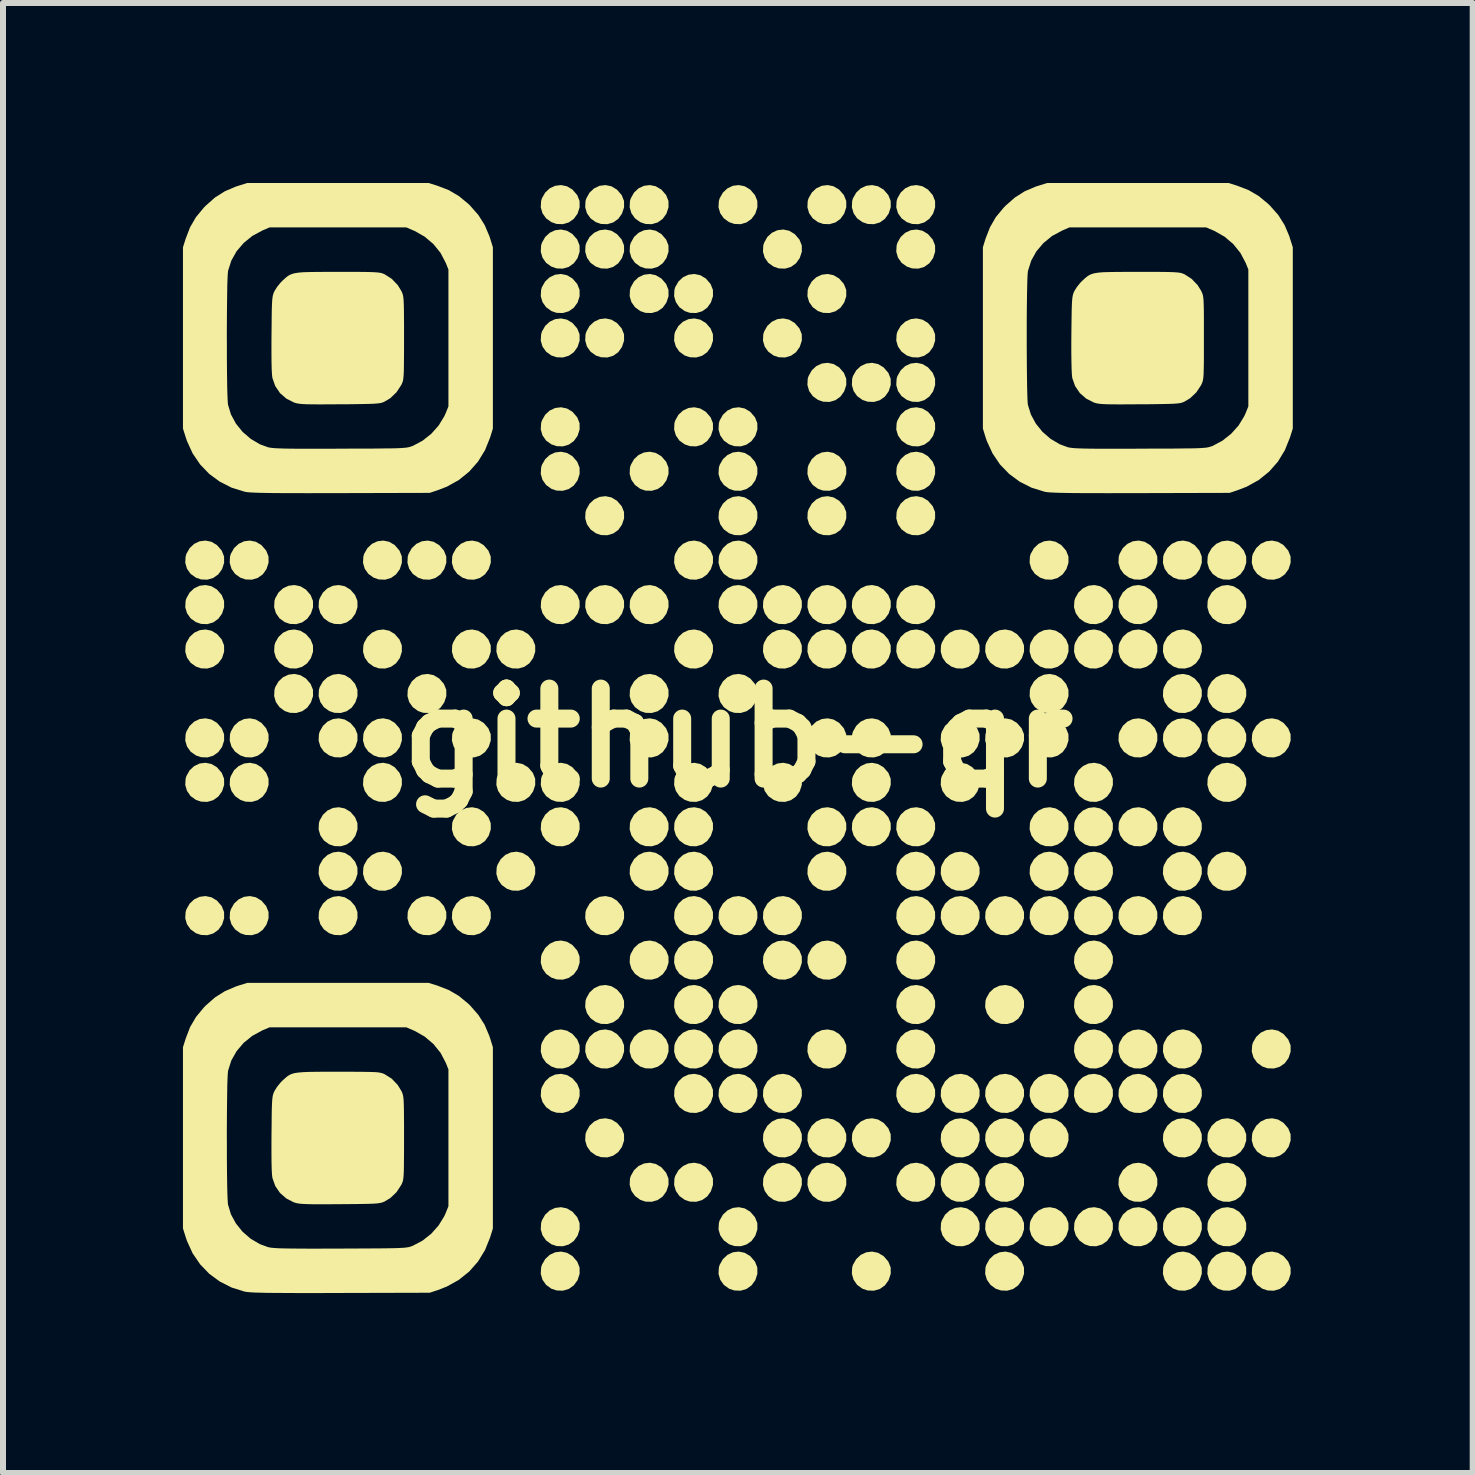
<source format=kicad_pcb>
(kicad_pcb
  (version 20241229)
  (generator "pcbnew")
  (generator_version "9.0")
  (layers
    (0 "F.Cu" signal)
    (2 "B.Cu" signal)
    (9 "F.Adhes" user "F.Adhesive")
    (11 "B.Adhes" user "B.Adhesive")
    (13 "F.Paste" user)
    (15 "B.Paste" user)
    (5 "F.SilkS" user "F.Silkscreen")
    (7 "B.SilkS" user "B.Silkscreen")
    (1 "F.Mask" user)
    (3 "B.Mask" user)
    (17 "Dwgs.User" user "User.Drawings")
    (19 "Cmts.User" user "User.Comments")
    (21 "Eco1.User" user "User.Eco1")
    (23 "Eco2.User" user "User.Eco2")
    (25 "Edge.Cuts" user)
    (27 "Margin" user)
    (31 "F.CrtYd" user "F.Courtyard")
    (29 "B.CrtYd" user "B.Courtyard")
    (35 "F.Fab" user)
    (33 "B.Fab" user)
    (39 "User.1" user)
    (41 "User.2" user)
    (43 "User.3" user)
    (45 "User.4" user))
  (footprint "github-qr"
    (layer "F.Cu")
    (at 9.25 9.25)
    (property "Reference" "github-qr" (at 0 0 0) (layer "F.SilkS") (effects (font (size 1.5 1.5) (thickness 0.3))))
    (attr board_only exclude_from_pos_files exclude_from_bom)
    (fp_poly (pts (xy -8.776 -3.269) (xy -8.685 -3.215) (xy -8.681 -3.211) (xy -8.604 -3.122) (xy -8.565 -3.024) (xy -8.564 -2.919) (xy -8.598 -2.813) (xy -8.661 -2.726) (xy -8.745 -2.666) (xy -8.843 -2.637) (xy -8.948 -2.641) (xy -9.035 -2.671) (xy -9.123 -2.734) (xy -9.183 -2.819) (xy -9.212 -2.918) (xy -9.206 -3.023) (xy -9.193 -3.068) (xy -9.138 -3.164) (xy -9.062 -3.235) (xy -8.972 -3.277) (xy -8.874 -3.289)) (stroke (width 0) (type solid)) (fill yes) (layer "F.SilkS"))
    (fp_poly (pts (xy -8.776 -2.528) (xy -8.685 -2.474) (xy -8.681 -2.47) (xy -8.604 -2.381) (xy -8.565 -2.283) (xy -8.564 -2.178) (xy -8.598 -2.072) (xy -8.661 -1.985) (xy -8.745 -1.925) (xy -8.843 -1.896) (xy -8.948 -1.9) (xy -9.035 -1.93) (xy -9.123 -1.993) (xy -9.183 -2.079) (xy -9.212 -2.178) (xy -9.206 -2.283) (xy -9.193 -2.327) (xy -9.138 -2.424) (xy -9.062 -2.494) (xy -8.972 -2.536) (xy -8.874 -2.548)) (stroke (width 0) (type solid)) (fill yes) (layer "F.SilkS"))
    (fp_poly (pts (xy -8.776 -1.787) (xy -8.685 -1.733) (xy -8.681 -1.729) (xy -8.604 -1.64) (xy -8.565 -1.542) (xy -8.564 -1.437) (xy -8.598 -1.331) (xy -8.661 -1.244) (xy -8.745 -1.185) (xy -8.843 -1.156) (xy -8.948 -1.159) (xy -9.035 -1.189) (xy -9.123 -1.253) (xy -9.183 -1.338) (xy -9.212 -1.437) (xy -9.206 -1.542) (xy -9.193 -1.587) (xy -9.138 -1.683) (xy -9.062 -1.753) (xy -8.972 -1.795) (xy -8.874 -1.807)) (stroke (width 0) (type solid)) (fill yes) (layer "F.SilkS"))
    (fp_poly (pts (xy -8.776 -0.306) (xy -8.685 -0.252) (xy -8.681 -0.248) (xy -8.604 -0.159) (xy -8.565 -0.061) (xy -8.564 0.044) (xy -8.598 0.15) (xy -8.661 0.237) (xy -8.745 0.297) (xy -8.843 0.326) (xy -8.948 0.322) (xy -9.035 0.292) (xy -9.123 0.229) (xy -9.183 0.144) (xy -9.212 0.045) (xy -9.206 -0.06) (xy -9.193 -0.105) (xy -9.138 -0.201) (xy -9.062 -0.272) (xy -8.972 -0.314) (xy -8.874 -0.326)) (stroke (width 0) (type solid)) (fill yes) (layer "F.SilkS"))
    (fp_poly (pts (xy -8.776 0.435) (xy -8.685 0.489) (xy -8.681 0.493) (xy -8.604 0.582) (xy -8.565 0.68) (xy -8.564 0.785) (xy -8.598 0.891) (xy -8.661 0.978) (xy -8.745 1.038) (xy -8.843 1.067) (xy -8.948 1.063) (xy -9.035 1.033) (xy -9.123 0.97) (xy -9.183 0.884) (xy -9.212 0.785) (xy -9.206 0.68) (xy -9.193 0.636) (xy -9.138 0.539) (xy -9.062 0.469) (xy -8.972 0.427) (xy -8.874 0.415)) (stroke (width 0) (type solid)) (fill yes) (layer "F.SilkS"))
    (fp_poly (pts (xy -8.776 2.657) (xy -8.685 2.711) (xy -8.681 2.715) (xy -8.604 2.804) (xy -8.565 2.902) (xy -8.564 3.007) (xy -8.598 3.113) (xy -8.661 3.2) (xy -8.745 3.26) (xy -8.843 3.289) (xy -8.948 3.285) (xy -9.035 3.256) (xy -9.123 3.192) (xy -9.183 3.107) (xy -9.212 3.008) (xy -9.206 2.903) (xy -9.193 2.858) (xy -9.138 2.762) (xy -9.062 2.691) (xy -8.972 2.649) (xy -8.874 2.637)) (stroke (width 0) (type solid)) (fill yes) (layer "F.SilkS"))
    (fp_poly (pts (xy -8.035 -3.269) (xy -7.945 -3.215) (xy -7.94 -3.211) (xy -7.863 -3.122) (xy -7.824 -3.024) (xy -7.823 -2.919) (xy -7.858 -2.813) (xy -7.92 -2.726) (xy -8.004 -2.666) (xy -8.102 -2.637) (xy -8.208 -2.641) (xy -8.294 -2.671) (xy -8.382 -2.734) (xy -8.442 -2.819) (xy -8.471 -2.918) (xy -8.466 -3.023) (xy -8.452 -3.068) (xy -8.398 -3.164) (xy -8.321 -3.235) (xy -8.231 -3.277) (xy -8.133 -3.289)) (stroke (width 0) (type solid)) (fill yes) (layer "F.SilkS"))
    (fp_poly (pts (xy -8.035 -0.306) (xy -7.945 -0.252) (xy -7.94 -0.248) (xy -7.863 -0.159) (xy -7.824 -0.061) (xy -7.823 0.044) (xy -7.858 0.15) (xy -7.92 0.237) (xy -8.004 0.297) (xy -8.102 0.326) (xy -8.208 0.322) (xy -8.294 0.292) (xy -8.382 0.229) (xy -8.442 0.144) (xy -8.471 0.045) (xy -8.466 -0.06) (xy -8.452 -0.105) (xy -8.398 -0.201) (xy -8.321 -0.272) (xy -8.231 -0.314) (xy -8.133 -0.326)) (stroke (width 0) (type solid)) (fill yes) (layer "F.SilkS"))
    (fp_poly (pts (xy -8.035 0.435) (xy -7.945 0.489) (xy -7.94 0.493) (xy -7.863 0.582) (xy -7.824 0.68) (xy -7.823 0.785) (xy -7.858 0.891) (xy -7.92 0.978) (xy -8.004 1.038) (xy -8.102 1.067) (xy -8.208 1.063) (xy -8.294 1.033) (xy -8.382 0.97) (xy -8.442 0.884) (xy -8.471 0.785) (xy -8.466 0.68) (xy -8.452 0.636) (xy -8.398 0.539) (xy -8.321 0.469) (xy -8.231 0.427) (xy -8.133 0.415)) (stroke (width 0) (type solid)) (fill yes) (layer "F.SilkS"))
    (fp_poly (pts (xy -8.035 2.657) (xy -7.945 2.711) (xy -7.94 2.715) (xy -7.863 2.804) (xy -7.824 2.902) (xy -7.823 3.007) (xy -7.858 3.113) (xy -7.92 3.2) (xy -8.004 3.26) (xy -8.102 3.289) (xy -8.208 3.285) (xy -8.294 3.256) (xy -8.382 3.192) (xy -8.442 3.107) (xy -8.471 3.008) (xy -8.466 2.903) (xy -8.452 2.858) (xy -8.398 2.762) (xy -8.321 2.691) (xy -8.231 2.649) (xy -8.133 2.637)) (stroke (width 0) (type solid)) (fill yes) (layer "F.SilkS"))
    (fp_poly (pts (xy -7.295 -2.528) (xy -7.204 -2.474) (xy -7.199 -2.47) (xy -7.122 -2.381) (xy -7.083 -2.283) (xy -7.082 -2.178) (xy -7.117 -2.072) (xy -7.179 -1.985) (xy -7.263 -1.925) (xy -7.362 -1.896) (xy -7.467 -1.9) (xy -7.554 -1.93) (xy -7.641 -1.993) (xy -7.701 -2.079) (xy -7.73 -2.178) (xy -7.725 -2.283) (xy -7.712 -2.327) (xy -7.657 -2.424) (xy -7.581 -2.494) (xy -7.49 -2.536) (xy -7.392 -2.548)) (stroke (width 0) (type solid)) (fill yes) (layer "F.SilkS"))
    (fp_poly (pts (xy -7.295 -1.787) (xy -7.204 -1.733) (xy -7.199 -1.729) (xy -7.122 -1.64) (xy -7.083 -1.542) (xy -7.082 -1.437) (xy -7.117 -1.331) (xy -7.179 -1.244) (xy -7.263 -1.185) (xy -7.362 -1.156) (xy -7.467 -1.159) (xy -7.554 -1.189) (xy -7.641 -1.253) (xy -7.701 -1.338) (xy -7.73 -1.437) (xy -7.725 -1.542) (xy -7.712 -1.587) (xy -7.657 -1.683) (xy -7.581 -1.753) (xy -7.49 -1.795) (xy -7.392 -1.807)) (stroke (width 0) (type solid)) (fill yes) (layer "F.SilkS"))
    (fp_poly (pts (xy -7.295 -1.046) (xy -7.204 -0.992) (xy -7.199 -0.988) (xy -7.122 -0.899) (xy -7.083 -0.802) (xy -7.082 -0.696) (xy -7.117 -0.591) (xy -7.179 -0.503) (xy -7.263 -0.444) (xy -7.362 -0.415) (xy -7.467 -0.418) (xy -7.554 -0.448) (xy -7.641 -0.512) (xy -7.701 -0.597) (xy -7.73 -0.696) (xy -7.725 -0.801) (xy -7.712 -0.846) (xy -7.657 -0.942) (xy -7.581 -1.012) (xy -7.49 -1.054) (xy -7.392 -1.066)) (stroke (width 0) (type solid)) (fill yes) (layer "F.SilkS"))
    (fp_poly (pts (xy -6.554 -2.528) (xy -6.463 -2.474) (xy -6.458 -2.47) (xy -6.381 -2.381) (xy -6.342 -2.283) (xy -6.341 -2.178) (xy -6.376 -2.072) (xy -6.438 -1.985) (xy -6.522 -1.925) (xy -6.621 -1.896) (xy -6.726 -1.9) (xy -6.813 -1.93) (xy -6.901 -1.993) (xy -6.96 -2.079) (xy -6.989 -2.178) (xy -6.984 -2.283) (xy -6.971 -2.327) (xy -6.916 -2.424) (xy -6.84 -2.494) (xy -6.749 -2.536) (xy -6.652 -2.548)) (stroke (width 0) (type solid)) (fill yes) (layer "F.SilkS"))
    (fp_poly (pts (xy -6.554 -1.046) (xy -6.463 -0.992) (xy -6.458 -0.988) (xy -6.381 -0.899) (xy -6.342 -0.802) (xy -6.341 -0.696) (xy -6.376 -0.591) (xy -6.438 -0.503) (xy -6.522 -0.444) (xy -6.621 -0.415) (xy -6.726 -0.418) (xy -6.813 -0.448) (xy -6.901 -0.512) (xy -6.96 -0.597) (xy -6.989 -0.696) (xy -6.984 -0.801) (xy -6.971 -0.846) (xy -6.916 -0.942) (xy -6.84 -1.012) (xy -6.749 -1.054) (xy -6.652 -1.066)) (stroke (width 0) (type solid)) (fill yes) (layer "F.SilkS"))
    (fp_poly (pts (xy -6.554 -0.306) (xy -6.463 -0.252) (xy -6.458 -0.248) (xy -6.381 -0.159) (xy -6.342 -0.061) (xy -6.341 0.044) (xy -6.376 0.15) (xy -6.438 0.237) (xy -6.522 0.297) (xy -6.621 0.326) (xy -6.726 0.322) (xy -6.813 0.292) (xy -6.901 0.229) (xy -6.96 0.144) (xy -6.989 0.045) (xy -6.984 -0.06) (xy -6.971 -0.105) (xy -6.916 -0.201) (xy -6.84 -0.272) (xy -6.749 -0.314) (xy -6.652 -0.326)) (stroke (width 0) (type solid)) (fill yes) (layer "F.SilkS"))
    (fp_poly (pts (xy -6.554 1.176) (xy -6.463 1.23) (xy -6.458 1.234) (xy -6.381 1.323) (xy -6.342 1.421) (xy -6.341 1.526) (xy -6.376 1.632) (xy -6.438 1.719) (xy -6.522 1.778) (xy -6.621 1.807) (xy -6.726 1.804) (xy -6.813 1.774) (xy -6.901 1.71) (xy -6.96 1.625) (xy -6.989 1.526) (xy -6.984 1.421) (xy -6.971 1.376) (xy -6.916 1.28) (xy -6.84 1.21) (xy -6.749 1.168) (xy -6.652 1.156)) (stroke (width 0) (type solid)) (fill yes) (layer "F.SilkS"))
    (fp_poly (pts (xy -6.554 1.917) (xy -6.463 1.971) (xy -6.458 1.975) (xy -6.381 2.064) (xy -6.342 2.161) (xy -6.341 2.267) (xy -6.376 2.372) (xy -6.438 2.46) (xy -6.522 2.519) (xy -6.621 2.548) (xy -6.726 2.545) (xy -6.813 2.515) (xy -6.901 2.451) (xy -6.96 2.366) (xy -6.989 2.267) (xy -6.984 2.162) (xy -6.971 2.117) (xy -6.916 2.021) (xy -6.84 1.951) (xy -6.749 1.909) (xy -6.652 1.897)) (stroke (width 0) (type solid)) (fill yes) (layer "F.SilkS"))
    (fp_poly (pts (xy -6.554 2.657) (xy -6.463 2.711) (xy -6.458 2.715) (xy -6.381 2.804) (xy -6.342 2.902) (xy -6.341 3.007) (xy -6.376 3.113) (xy -6.438 3.2) (xy -6.522 3.26) (xy -6.621 3.289) (xy -6.726 3.285) (xy -6.813 3.256) (xy -6.901 3.192) (xy -6.96 3.107) (xy -6.989 3.008) (xy -6.984 2.903) (xy -6.971 2.858) (xy -6.916 2.762) (xy -6.84 2.691) (xy -6.749 2.649) (xy -6.652 2.637)) (stroke (width 0) (type solid)) (fill yes) (layer "F.SilkS"))
    (fp_poly (pts (xy -5.813 -3.269) (xy -5.722 -3.215) (xy -5.718 -3.211) (xy -5.641 -3.122) (xy -5.602 -3.024) (xy -5.601 -2.919) (xy -5.635 -2.813) (xy -5.698 -2.726) (xy -5.782 -2.666) (xy -5.88 -2.637) (xy -5.985 -2.641) (xy -6.072 -2.671) (xy -6.16 -2.734) (xy -6.22 -2.819) (xy -6.249 -2.918) (xy -6.243 -3.023) (xy -6.23 -3.068) (xy -6.175 -3.164) (xy -6.099 -3.235) (xy -6.009 -3.277) (xy -5.911 -3.289)) (stroke (width 0) (type solid)) (fill yes) (layer "F.SilkS"))
    (fp_poly (pts (xy -5.813 -1.787) (xy -5.722 -1.733) (xy -5.718 -1.729) (xy -5.641 -1.64) (xy -5.602 -1.542) (xy -5.601 -1.437) (xy -5.635 -1.331) (xy -5.698 -1.244) (xy -5.782 -1.185) (xy -5.88 -1.156) (xy -5.985 -1.159) (xy -6.072 -1.189) (xy -6.16 -1.253) (xy -6.22 -1.338) (xy -6.249 -1.437) (xy -6.243 -1.542) (xy -6.23 -1.587) (xy -6.175 -1.683) (xy -6.099 -1.753) (xy -6.009 -1.795) (xy -5.911 -1.807)) (stroke (width 0) (type solid)) (fill yes) (layer "F.SilkS"))
    (fp_poly (pts (xy -5.813 -0.306) (xy -5.722 -0.252) (xy -5.718 -0.248) (xy -5.641 -0.159) (xy -5.602 -0.061) (xy -5.601 0.044) (xy -5.635 0.15) (xy -5.698 0.237) (xy -5.782 0.297) (xy -5.88 0.326) (xy -5.985 0.322) (xy -6.072 0.292) (xy -6.16 0.229) (xy -6.22 0.144) (xy -6.249 0.045) (xy -6.243 -0.06) (xy -6.23 -0.105) (xy -6.175 -0.201) (xy -6.099 -0.272) (xy -6.009 -0.314) (xy -5.911 -0.326)) (stroke (width 0) (type solid)) (fill yes) (layer "F.SilkS"))
    (fp_poly (pts (xy -5.813 0.435) (xy -5.722 0.489) (xy -5.718 0.493) (xy -5.641 0.582) (xy -5.602 0.68) (xy -5.601 0.785) (xy -5.635 0.891) (xy -5.698 0.978) (xy -5.782 1.038) (xy -5.88 1.067) (xy -5.985 1.063) (xy -6.072 1.033) (xy -6.16 0.97) (xy -6.22 0.884) (xy -6.249 0.785) (xy -6.243 0.68) (xy -6.23 0.636) (xy -6.175 0.539) (xy -6.099 0.469) (xy -6.009 0.427) (xy -5.911 0.415)) (stroke (width 0) (type solid)) (fill yes) (layer "F.SilkS"))
    (fp_poly (pts (xy -5.813 1.917) (xy -5.722 1.971) (xy -5.718 1.975) (xy -5.641 2.064) (xy -5.602 2.161) (xy -5.601 2.267) (xy -5.635 2.372) (xy -5.698 2.46) (xy -5.782 2.519) (xy -5.88 2.548) (xy -5.985 2.545) (xy -6.072 2.515) (xy -6.16 2.451) (xy -6.22 2.366) (xy -6.249 2.267) (xy -6.243 2.162) (xy -6.23 2.117) (xy -6.175 2.021) (xy -6.099 1.951) (xy -6.009 1.909) (xy -5.911 1.897)) (stroke (width 0) (type solid)) (fill yes) (layer "F.SilkS"))
    (fp_poly (pts (xy -5.072 -3.269) (xy -4.982 -3.215) (xy -4.977 -3.211) (xy -4.9 -3.122) (xy -4.861 -3.024) (xy -4.86 -2.919) (xy -4.895 -2.813) (xy -4.957 -2.726) (xy -5.041 -2.666) (xy -5.139 -2.637) (xy -5.245 -2.641) (xy -5.331 -2.671) (xy -5.419 -2.734) (xy -5.479 -2.819) (xy -5.508 -2.918) (xy -5.503 -3.023) (xy -5.489 -3.068) (xy -5.435 -3.164) (xy -5.358 -3.235) (xy -5.268 -3.277) (xy -5.17 -3.289)) (stroke (width 0) (type solid)) (fill yes) (layer "F.SilkS"))
    (fp_poly (pts (xy -5.072 -1.046) (xy -4.982 -0.992) (xy -4.977 -0.988) (xy -4.9 -0.899) (xy -4.861 -0.802) (xy -4.86 -0.696) (xy -4.895 -0.591) (xy -4.957 -0.503) (xy -5.041 -0.444) (xy -5.139 -0.415) (xy -5.245 -0.418) (xy -5.331 -0.448) (xy -5.419 -0.512) (xy -5.479 -0.597) (xy -5.508 -0.696) (xy -5.503 -0.801) (xy -5.489 -0.846) (xy -5.435 -0.942) (xy -5.358 -1.012) (xy -5.268 -1.054) (xy -5.17 -1.066)) (stroke (width 0) (type solid)) (fill yes) (layer "F.SilkS"))
    (fp_poly (pts (xy -5.072 2.657) (xy -4.982 2.711) (xy -4.977 2.715) (xy -4.9 2.804) (xy -4.861 2.902) (xy -4.86 3.007) (xy -4.895 3.113) (xy -4.957 3.2) (xy -5.041 3.26) (xy -5.139 3.289) (xy -5.245 3.285) (xy -5.331 3.256) (xy -5.419 3.192) (xy -5.479 3.107) (xy -5.508 3.008) (xy -5.503 2.903) (xy -5.489 2.858) (xy -5.435 2.762) (xy -5.358 2.691) (xy -5.268 2.649) (xy -5.17 2.637)) (stroke (width 0) (type solid)) (fill yes) (layer "F.SilkS"))
    (fp_poly (pts (xy -4.332 -3.269) (xy -4.241 -3.215) (xy -4.236 -3.211) (xy -4.159 -3.122) (xy -4.12 -3.024) (xy -4.119 -2.919) (xy -4.154 -2.813) (xy -4.216 -2.726) (xy -4.3 -2.666) (xy -4.399 -2.637) (xy -4.504 -2.641) (xy -4.591 -2.671) (xy -4.678 -2.734) (xy -4.738 -2.819) (xy -4.767 -2.918) (xy -4.762 -3.023) (xy -4.748 -3.068) (xy -4.694 -3.164) (xy -4.618 -3.235) (xy -4.527 -3.277) (xy -4.429 -3.289)) (stroke (width 0) (type solid)) (fill yes) (layer "F.SilkS"))
    (fp_poly (pts (xy -4.332 -1.787) (xy -4.241 -1.733) (xy -4.236 -1.729) (xy -4.159 -1.64) (xy -4.12 -1.542) (xy -4.119 -1.437) (xy -4.154 -1.331) (xy -4.216 -1.244) (xy -4.3 -1.185) (xy -4.399 -1.156) (xy -4.504 -1.159) (xy -4.591 -1.189) (xy -4.678 -1.253) (xy -4.738 -1.338) (xy -4.767 -1.437) (xy -4.762 -1.542) (xy -4.748 -1.587) (xy -4.694 -1.683) (xy -4.618 -1.753) (xy -4.527 -1.795) (xy -4.429 -1.807)) (stroke (width 0) (type solid)) (fill yes) (layer "F.SilkS"))
    (fp_poly (pts (xy -4.332 -0.306) (xy -4.241 -0.252) (xy -4.236 -0.248) (xy -4.159 -0.159) (xy -4.12 -0.061) (xy -4.119 0.044) (xy -4.154 0.15) (xy -4.216 0.237) (xy -4.3 0.297) (xy -4.399 0.326) (xy -4.504 0.322) (xy -4.591 0.292) (xy -4.678 0.229) (xy -4.738 0.144) (xy -4.767 0.045) (xy -4.762 -0.06) (xy -4.748 -0.105) (xy -4.694 -0.201) (xy -4.618 -0.272) (xy -4.527 -0.314) (xy -4.429 -0.326)) (stroke (width 0) (type solid)) (fill yes) (layer "F.SilkS"))
    (fp_poly (pts (xy -4.332 1.176) (xy -4.241 1.23) (xy -4.236 1.234) (xy -4.159 1.323) (xy -4.12 1.421) (xy -4.119 1.526) (xy -4.154 1.632) (xy -4.216 1.719) (xy -4.3 1.778) (xy -4.399 1.807) (xy -4.504 1.804) (xy -4.591 1.774) (xy -4.678 1.71) (xy -4.738 1.625) (xy -4.767 1.526) (xy -4.762 1.421) (xy -4.748 1.376) (xy -4.694 1.28) (xy -4.618 1.21) (xy -4.527 1.168) (xy -4.429 1.156)) (stroke (width 0) (type solid)) (fill yes) (layer "F.SilkS"))
    (fp_poly (pts (xy -4.332 2.657) (xy -4.241 2.711) (xy -4.236 2.715) (xy -4.159 2.804) (xy -4.12 2.902) (xy -4.119 3.007) (xy -4.154 3.113) (xy -4.216 3.2) (xy -4.3 3.26) (xy -4.399 3.289) (xy -4.504 3.285) (xy -4.591 3.256) (xy -4.678 3.192) (xy -4.738 3.107) (xy -4.767 3.008) (xy -4.762 2.903) (xy -4.748 2.858) (xy -4.694 2.762) (xy -4.618 2.691) (xy -4.527 2.649) (xy -4.429 2.637)) (stroke (width 0) (type solid)) (fill yes) (layer "F.SilkS"))
    (fp_poly (pts (xy -3.591 -1.787) (xy -3.5 -1.733) (xy -3.495 -1.729) (xy -3.418 -1.64) (xy -3.379 -1.542) (xy -3.378 -1.437) (xy -3.413 -1.331) (xy -3.475 -1.244) (xy -3.559 -1.185) (xy -3.658 -1.156) (xy -3.763 -1.159) (xy -3.85 -1.189) (xy -3.938 -1.253) (xy -3.997 -1.338) (xy -4.026 -1.437) (xy -4.021 -1.542) (xy -4.008 -1.587) (xy -3.953 -1.683) (xy -3.877 -1.753) (xy -3.786 -1.795) (xy -3.689 -1.807)) (stroke (width 0) (type solid)) (fill yes) (layer "F.SilkS"))
    (fp_poly (pts (xy -3.591 0.435) (xy -3.5 0.489) (xy -3.495 0.493) (xy -3.418 0.582) (xy -3.379 0.68) (xy -3.378 0.785) (xy -3.413 0.891) (xy -3.475 0.978) (xy -3.559 1.038) (xy -3.658 1.067) (xy -3.763 1.063) (xy -3.85 1.033) (xy -3.938 0.97) (xy -3.997 0.884) (xy -4.026 0.785) (xy -4.021 0.68) (xy -4.008 0.636) (xy -3.953 0.539) (xy -3.877 0.469) (xy -3.786 0.427) (xy -3.689 0.415)) (stroke (width 0) (type solid)) (fill yes) (layer "F.SilkS"))
    (fp_poly (pts (xy -3.591 1.917) (xy -3.5 1.971) (xy -3.495 1.975) (xy -3.418 2.064) (xy -3.379 2.161) (xy -3.378 2.267) (xy -3.413 2.372) (xy -3.475 2.46) (xy -3.559 2.519) (xy -3.658 2.548) (xy -3.763 2.545) (xy -3.85 2.515) (xy -3.938 2.451) (xy -3.997 2.366) (xy -4.026 2.267) (xy -4.021 2.162) (xy -4.008 2.117) (xy -3.953 2.021) (xy -3.877 1.951) (xy -3.786 1.909) (xy -3.689 1.897)) (stroke (width 0) (type solid)) (fill yes) (layer "F.SilkS"))
    (fp_poly (pts (xy -2.85 -9.195) (xy -2.759 -9.141) (xy -2.755 -9.137) (xy -2.678 -9.048) (xy -2.639 -8.95) (xy -2.638 -8.845) (xy -2.672 -8.739) (xy -2.735 -8.652) (xy -2.819 -8.592) (xy -2.917 -8.563) (xy -3.022 -8.567) (xy -3.109 -8.597) (xy -3.197 -8.66) (xy -3.257 -8.745) (xy -3.286 -8.844) (xy -3.28 -8.949) (xy -3.267 -8.994) (xy -3.212 -9.09) (xy -3.136 -9.161) (xy -3.046 -9.203) (xy -2.948 -9.215)) (stroke (width 0) (type solid)) (fill yes) (layer "F.SilkS"))
    (fp_poly (pts (xy -2.85 -8.454) (xy -2.759 -8.4) (xy -2.755 -8.396) (xy -2.678 -8.307) (xy -2.639 -8.209) (xy -2.638 -8.104) (xy -2.672 -7.998) (xy -2.735 -7.911) (xy -2.819 -7.851) (xy -2.917 -7.822) (xy -3.022 -7.826) (xy -3.109 -7.856) (xy -3.197 -7.919) (xy -3.257 -8.005) (xy -3.286 -8.104) (xy -3.28 -8.209) (xy -3.267 -8.253) (xy -3.212 -8.35) (xy -3.136 -8.42) (xy -3.046 -8.462) (xy -2.948 -8.474)) (stroke (width 0) (type solid)) (fill yes) (layer "F.SilkS"))
    (fp_poly (pts (xy -2.85 -7.713) (xy -2.759 -7.659) (xy -2.755 -7.655) (xy -2.678 -7.566) (xy -2.639 -7.468) (xy -2.638 -7.363) (xy -2.672 -7.257) (xy -2.735 -7.17) (xy -2.819 -7.111) (xy -2.917 -7.082) (xy -3.022 -7.085) (xy -3.109 -7.115) (xy -3.197 -7.179) (xy -3.257 -7.264) (xy -3.286 -7.363) (xy -3.28 -7.468) (xy -3.267 -7.513) (xy -3.212 -7.609) (xy -3.136 -7.679) (xy -3.046 -7.721) (xy -2.948 -7.733)) (stroke (width 0) (type solid)) (fill yes) (layer "F.SilkS"))
    (fp_poly (pts (xy -2.85 -6.972) (xy -2.759 -6.918) (xy -2.755 -6.914) (xy -2.678 -6.825) (xy -2.639 -6.728) (xy -2.638 -6.622) (xy -2.672 -6.517) (xy -2.735 -6.429) (xy -2.819 -6.37) (xy -2.917 -6.341) (xy -3.022 -6.345) (xy -3.109 -6.374) (xy -3.197 -6.438) (xy -3.257 -6.523) (xy -3.286 -6.622) (xy -3.28 -6.727) (xy -3.267 -6.772) (xy -3.212 -6.868) (xy -3.136 -6.938) (xy -3.046 -6.98) (xy -2.948 -6.992)) (stroke (width 0) (type solid)) (fill yes) (layer "F.SilkS"))
    (fp_poly (pts (xy -2.85 -5.491) (xy -2.759 -5.437) (xy -2.755 -5.433) (xy -2.678 -5.344) (xy -2.639 -5.246) (xy -2.638 -5.141) (xy -2.672 -5.035) (xy -2.735 -4.948) (xy -2.819 -4.888) (xy -2.917 -4.859) (xy -3.022 -4.863) (xy -3.109 -4.893) (xy -3.197 -4.956) (xy -3.257 -5.042) (xy -3.286 -5.141) (xy -3.28 -5.246) (xy -3.267 -5.29) (xy -3.212 -5.387) (xy -3.136 -5.457) (xy -3.046 -5.499) (xy -2.948 -5.511)) (stroke (width 0) (type solid)) (fill yes) (layer "F.SilkS"))
    (fp_poly (pts (xy -2.85 -4.75) (xy -2.759 -4.696) (xy -2.755 -4.692) (xy -2.678 -4.603) (xy -2.639 -4.505) (xy -2.638 -4.4) (xy -2.672 -4.294) (xy -2.735 -4.207) (xy -2.819 -4.148) (xy -2.917 -4.119) (xy -3.022 -4.122) (xy -3.109 -4.152) (xy -3.197 -4.216) (xy -3.257 -4.301) (xy -3.286 -4.4) (xy -3.28 -4.505) (xy -3.267 -4.55) (xy -3.212 -4.646) (xy -3.136 -4.716) (xy -3.046 -4.758) (xy -2.948 -4.77)) (stroke (width 0) (type solid)) (fill yes) (layer "F.SilkS"))
    (fp_poly (pts (xy -2.85 -2.528) (xy -2.759 -2.474) (xy -2.755 -2.47) (xy -2.678 -2.381) (xy -2.639 -2.283) (xy -2.638 -2.178) (xy -2.672 -2.072) (xy -2.735 -1.985) (xy -2.819 -1.925) (xy -2.917 -1.896) (xy -3.022 -1.9) (xy -3.109 -1.93) (xy -3.197 -1.993) (xy -3.257 -2.079) (xy -3.286 -2.178) (xy -3.28 -2.283) (xy -3.267 -2.327) (xy -3.212 -2.424) (xy -3.136 -2.494) (xy -3.046 -2.536) (xy -2.948 -2.548)) (stroke (width 0) (type solid)) (fill yes) (layer "F.SilkS"))
    (fp_poly (pts (xy -2.85 0.435) (xy -2.759 0.489) (xy -2.755 0.493) (xy -2.678 0.582) (xy -2.639 0.68) (xy -2.638 0.785) (xy -2.672 0.891) (xy -2.735 0.978) (xy -2.819 1.038) (xy -2.917 1.067) (xy -3.022 1.063) (xy -3.109 1.033) (xy -3.197 0.97) (xy -3.257 0.884) (xy -3.286 0.785) (xy -3.28 0.68) (xy -3.267 0.636) (xy -3.212 0.539) (xy -3.136 0.469) (xy -3.046 0.427) (xy -2.948 0.415)) (stroke (width 0) (type solid)) (fill yes) (layer "F.SilkS"))
    (fp_poly (pts (xy -2.85 1.176) (xy -2.759 1.23) (xy -2.755 1.234) (xy -2.678 1.323) (xy -2.639 1.421) (xy -2.638 1.526) (xy -2.672 1.632) (xy -2.735 1.719) (xy -2.819 1.778) (xy -2.917 1.807) (xy -3.022 1.804) (xy -3.109 1.774) (xy -3.197 1.71) (xy -3.257 1.625) (xy -3.286 1.526) (xy -3.28 1.421) (xy -3.267 1.376) (xy -3.212 1.28) (xy -3.136 1.21) (xy -3.046 1.168) (xy -2.948 1.156)) (stroke (width 0) (type solid)) (fill yes) (layer "F.SilkS"))
    (fp_poly (pts (xy -2.85 3.398) (xy -2.759 3.452) (xy -2.755 3.456) (xy -2.678 3.545) (xy -2.639 3.643) (xy -2.638 3.748) (xy -2.672 3.854) (xy -2.735 3.941) (xy -2.819 4.001) (xy -2.917 4.03) (xy -3.022 4.026) (xy -3.109 3.996) (xy -3.197 3.933) (xy -3.257 3.847) (xy -3.286 3.748) (xy -3.28 3.643) (xy -3.267 3.599) (xy -3.212 3.502) (xy -3.136 3.432) (xy -3.046 3.39) (xy -2.948 3.378)) (stroke (width 0) (type solid)) (fill yes) (layer "F.SilkS"))
    (fp_poly (pts (xy -2.85 4.88) (xy -2.759 4.934) (xy -2.755 4.938) (xy -2.678 5.027) (xy -2.639 5.124) (xy -2.638 5.23) (xy -2.672 5.335) (xy -2.735 5.423) (xy -2.819 5.482) (xy -2.917 5.511) (xy -3.022 5.508) (xy -3.109 5.478) (xy -3.197 5.414) (xy -3.257 5.329) (xy -3.286 5.23) (xy -3.28 5.125) (xy -3.267 5.08) (xy -3.212 4.984) (xy -3.136 4.914) (xy -3.046 4.872) (xy -2.948 4.86)) (stroke (width 0) (type solid)) (fill yes) (layer "F.SilkS"))
    (fp_poly (pts (xy -2.85 5.62) (xy -2.759 5.674) (xy -2.755 5.678) (xy -2.678 5.767) (xy -2.639 5.865) (xy -2.638 5.97) (xy -2.672 6.076) (xy -2.735 6.163) (xy -2.819 6.223) (xy -2.917 6.252) (xy -3.022 6.248) (xy -3.109 6.219) (xy -3.197 6.155) (xy -3.257 6.07) (xy -3.286 5.971) (xy -3.28 5.866) (xy -3.267 5.821) (xy -3.212 5.725) (xy -3.136 5.654) (xy -3.046 5.612) (xy -2.948 5.6)) (stroke (width 0) (type solid)) (fill yes) (layer "F.SilkS"))
    (fp_poly (pts (xy -2.85 7.843) (xy -2.759 7.897) (xy -2.755 7.901) (xy -2.678 7.99) (xy -2.639 8.087) (xy -2.638 8.193) (xy -2.672 8.298) (xy -2.735 8.386) (xy -2.819 8.445) (xy -2.917 8.474) (xy -3.022 8.471) (xy -3.109 8.441) (xy -3.197 8.377) (xy -3.257 8.292) (xy -3.286 8.193) (xy -3.28 8.088) (xy -3.267 8.043) (xy -3.212 7.947) (xy -3.136 7.877) (xy -3.046 7.835) (xy -2.948 7.823)) (stroke (width 0) (type solid)) (fill yes) (layer "F.SilkS"))
    (fp_poly (pts (xy -2.85 8.583) (xy -2.759 8.637) (xy -2.755 8.641) (xy -2.678 8.73) (xy -2.639 8.828) (xy -2.638 8.933) (xy -2.672 9.039) (xy -2.735 9.126) (xy -2.819 9.186) (xy -2.917 9.215) (xy -3.022 9.211) (xy -3.109 9.182) (xy -3.197 9.118) (xy -3.257 9.033) (xy -3.286 8.934) (xy -3.28 8.829) (xy -3.267 8.784) (xy -3.212 8.688) (xy -3.136 8.617) (xy -3.046 8.575) (xy -2.948 8.563)) (stroke (width 0) (type solid)) (fill yes) (layer "F.SilkS"))
    (fp_poly (pts (xy -2.109 -9.195) (xy -2.019 -9.141) (xy -2.014 -9.137) (xy -1.937 -9.048) (xy -1.898 -8.95) (xy -1.897 -8.845) (xy -1.932 -8.739) (xy -1.994 -8.652) (xy -2.078 -8.592) (xy -2.176 -8.563) (xy -2.282 -8.567) (xy -2.368 -8.597) (xy -2.456 -8.66) (xy -2.516 -8.745) (xy -2.545 -8.844) (xy -2.54 -8.949) (xy -2.526 -8.994) (xy -2.472 -9.09) (xy -2.395 -9.161) (xy -2.305 -9.203) (xy -2.207 -9.215)) (stroke (width 0) (type solid)) (fill yes) (layer "F.SilkS"))
    (fp_poly (pts (xy -2.109 -8.454) (xy -2.019 -8.4) (xy -2.014 -8.396) (xy -1.937 -8.307) (xy -1.898 -8.209) (xy -1.897 -8.104) (xy -1.932 -7.998) (xy -1.994 -7.911) (xy -2.078 -7.851) (xy -2.176 -7.822) (xy -2.282 -7.826) (xy -2.368 -7.856) (xy -2.456 -7.919) (xy -2.516 -8.005) (xy -2.545 -8.104) (xy -2.54 -8.209) (xy -2.526 -8.253) (xy -2.472 -8.35) (xy -2.395 -8.42) (xy -2.305 -8.462) (xy -2.207 -8.474)) (stroke (width 0) (type solid)) (fill yes) (layer "F.SilkS"))
    (fp_poly (pts (xy -2.109 -6.972) (xy -2.019 -6.918) (xy -2.014 -6.914) (xy -1.937 -6.825) (xy -1.898 -6.728) (xy -1.897 -6.622) (xy -1.932 -6.517) (xy -1.994 -6.429) (xy -2.078 -6.37) (xy -2.176 -6.341) (xy -2.282 -6.345) (xy -2.368 -6.374) (xy -2.456 -6.438) (xy -2.516 -6.523) (xy -2.545 -6.622) (xy -2.54 -6.727) (xy -2.526 -6.772) (xy -2.472 -6.868) (xy -2.395 -6.938) (xy -2.305 -6.98) (xy -2.207 -6.992)) (stroke (width 0) (type solid)) (fill yes) (layer "F.SilkS"))
    (fp_poly (pts (xy -2.109 -4.009) (xy -2.019 -3.955) (xy -2.014 -3.951) (xy -1.937 -3.862) (xy -1.898 -3.765) (xy -1.897 -3.659) (xy -1.932 -3.554) (xy -1.994 -3.466) (xy -2.078 -3.407) (xy -2.176 -3.378) (xy -2.282 -3.381) (xy -2.368 -3.411) (xy -2.456 -3.475) (xy -2.516 -3.56) (xy -2.545 -3.659) (xy -2.54 -3.764) (xy -2.526 -3.809) (xy -2.472 -3.905) (xy -2.395 -3.975) (xy -2.305 -4.017) (xy -2.207 -4.029)) (stroke (width 0) (type solid)) (fill yes) (layer "F.SilkS"))
    (fp_poly (pts (xy -2.109 -2.528) (xy -2.019 -2.474) (xy -2.014 -2.47) (xy -1.937 -2.381) (xy -1.898 -2.283) (xy -1.897 -2.178) (xy -1.932 -2.072) (xy -1.994 -1.985) (xy -2.078 -1.925) (xy -2.176 -1.896) (xy -2.282 -1.9) (xy -2.368 -1.93) (xy -2.456 -1.993) (xy -2.516 -2.079) (xy -2.545 -2.178) (xy -2.54 -2.283) (xy -2.526 -2.327) (xy -2.472 -2.424) (xy -2.395 -2.494) (xy -2.305 -2.536) (xy -2.207 -2.548)) (stroke (width 0) (type solid)) (fill yes) (layer "F.SilkS"))
    (fp_poly (pts (xy -2.109 2.657) (xy -2.019 2.711) (xy -2.014 2.715) (xy -1.937 2.804) (xy -1.898 2.902) (xy -1.897 3.007) (xy -1.932 3.113) (xy -1.994 3.2) (xy -2.078 3.26) (xy -2.176 3.289) (xy -2.282 3.285) (xy -2.368 3.256) (xy -2.456 3.192) (xy -2.516 3.107) (xy -2.545 3.008) (xy -2.54 2.903) (xy -2.526 2.858) (xy -2.472 2.762) (xy -2.395 2.691) (xy -2.305 2.649) (xy -2.207 2.637)) (stroke (width 0) (type solid)) (fill yes) (layer "F.SilkS"))
    (fp_poly (pts (xy -2.109 4.139) (xy -2.019 4.193) (xy -2.014 4.197) (xy -1.937 4.286) (xy -1.898 4.384) (xy -1.897 4.489) (xy -1.932 4.595) (xy -1.994 4.682) (xy -2.078 4.741) (xy -2.176 4.77) (xy -2.282 4.767) (xy -2.368 4.737) (xy -2.456 4.673) (xy -2.516 4.588) (xy -2.545 4.489) (xy -2.54 4.384) (xy -2.526 4.339) (xy -2.472 4.243) (xy -2.395 4.173) (xy -2.305 4.131) (xy -2.207 4.119)) (stroke (width 0) (type solid)) (fill yes) (layer "F.SilkS"))
    (fp_poly (pts (xy -2.109 4.88) (xy -2.019 4.934) (xy -2.014 4.938) (xy -1.937 5.027) (xy -1.898 5.124) (xy -1.897 5.23) (xy -1.932 5.335) (xy -1.994 5.423) (xy -2.078 5.482) (xy -2.176 5.511) (xy -2.282 5.508) (xy -2.368 5.478) (xy -2.456 5.414) (xy -2.516 5.329) (xy -2.545 5.23) (xy -2.54 5.125) (xy -2.526 5.08) (xy -2.472 4.984) (xy -2.395 4.914) (xy -2.305 4.872) (xy -2.207 4.86)) (stroke (width 0) (type solid)) (fill yes) (layer "F.SilkS"))
    (fp_poly (pts (xy -2.109 6.361) (xy -2.019 6.415) (xy -2.014 6.419) (xy -1.937 6.508) (xy -1.898 6.606) (xy -1.897 6.711) (xy -1.932 6.817) (xy -1.994 6.904) (xy -2.078 6.964) (xy -2.176 6.993) (xy -2.282 6.989) (xy -2.368 6.959) (xy -2.456 6.896) (xy -2.516 6.81) (xy -2.545 6.711) (xy -2.54 6.606) (xy -2.526 6.562) (xy -2.472 6.465) (xy -2.395 6.395) (xy -2.305 6.353) (xy -2.207 6.341)) (stroke (width 0) (type solid)) (fill yes) (layer "F.SilkS"))
    (fp_poly (pts (xy -1.369 -9.195) (xy -1.278 -9.141) (xy -1.273 -9.137) (xy -1.196 -9.048) (xy -1.157 -8.95) (xy -1.156 -8.845) (xy -1.191 -8.739) (xy -1.253 -8.652) (xy -1.337 -8.592) (xy -1.436 -8.563) (xy -1.541 -8.567) (xy -1.628 -8.597) (xy -1.715 -8.66) (xy -1.775 -8.745) (xy -1.804 -8.844) (xy -1.799 -8.949) (xy -1.785 -8.994) (xy -1.731 -9.09) (xy -1.655 -9.161) (xy -1.564 -9.203) (xy -1.466 -9.215)) (stroke (width 0) (type solid)) (fill yes) (layer "F.SilkS"))
    (fp_poly (pts (xy -1.369 -8.454) (xy -1.278 -8.4) (xy -1.273 -8.396) (xy -1.196 -8.307) (xy -1.157 -8.209) (xy -1.156 -8.104) (xy -1.191 -7.998) (xy -1.253 -7.911) (xy -1.337 -7.851) (xy -1.436 -7.822) (xy -1.541 -7.826) (xy -1.628 -7.856) (xy -1.715 -7.919) (xy -1.775 -8.005) (xy -1.804 -8.104) (xy -1.799 -8.209) (xy -1.785 -8.253) (xy -1.731 -8.35) (xy -1.655 -8.42) (xy -1.564 -8.462) (xy -1.466 -8.474)) (stroke (width 0) (type solid)) (fill yes) (layer "F.SilkS"))
    (fp_poly (pts (xy -1.369 -7.713) (xy -1.278 -7.659) (xy -1.273 -7.655) (xy -1.196 -7.566) (xy -1.157 -7.468) (xy -1.156 -7.363) (xy -1.191 -7.257) (xy -1.253 -7.17) (xy -1.337 -7.111) (xy -1.436 -7.082) (xy -1.541 -7.085) (xy -1.628 -7.115) (xy -1.715 -7.179) (xy -1.775 -7.264) (xy -1.804 -7.363) (xy -1.799 -7.468) (xy -1.785 -7.513) (xy -1.731 -7.609) (xy -1.655 -7.679) (xy -1.564 -7.721) (xy -1.466 -7.733)) (stroke (width 0) (type solid)) (fill yes) (layer "F.SilkS"))
    (fp_poly (pts (xy -1.369 -4.75) (xy -1.278 -4.696) (xy -1.273 -4.692) (xy -1.196 -4.603) (xy -1.157 -4.505) (xy -1.156 -4.4) (xy -1.191 -4.294) (xy -1.253 -4.207) (xy -1.337 -4.148) (xy -1.436 -4.119) (xy -1.541 -4.122) (xy -1.628 -4.152) (xy -1.715 -4.216) (xy -1.775 -4.301) (xy -1.804 -4.4) (xy -1.799 -4.505) (xy -1.785 -4.55) (xy -1.731 -4.646) (xy -1.655 -4.716) (xy -1.564 -4.758) (xy -1.466 -4.77)) (stroke (width 0) (type solid)) (fill yes) (layer "F.SilkS"))
    (fp_poly (pts (xy -1.369 -2.528) (xy -1.278 -2.474) (xy -1.273 -2.47) (xy -1.196 -2.381) (xy -1.157 -2.283) (xy -1.156 -2.178) (xy -1.191 -2.072) (xy -1.253 -1.985) (xy -1.337 -1.925) (xy -1.436 -1.896) (xy -1.541 -1.9) (xy -1.628 -1.93) (xy -1.715 -1.993) (xy -1.775 -2.079) (xy -1.804 -2.178) (xy -1.799 -2.283) (xy -1.785 -2.327) (xy -1.731 -2.424) (xy -1.655 -2.494) (xy -1.564 -2.536) (xy -1.466 -2.548)) (stroke (width 0) (type solid)) (fill yes) (layer "F.SilkS"))
    (fp_poly (pts (xy -1.369 -1.046) (xy -1.278 -0.992) (xy -1.273 -0.988) (xy -1.196 -0.899) (xy -1.157 -0.802) (xy -1.156 -0.696) (xy -1.191 -0.591) (xy -1.253 -0.503) (xy -1.337 -0.444) (xy -1.436 -0.415) (xy -1.541 -0.418) (xy -1.628 -0.448) (xy -1.715 -0.512) (xy -1.775 -0.597) (xy -1.804 -0.696) (xy -1.799 -0.801) (xy -1.785 -0.846) (xy -1.731 -0.942) (xy -1.655 -1.012) (xy -1.564 -1.054) (xy -1.466 -1.066)) (stroke (width 0) (type solid)) (fill yes) (layer "F.SilkS"))
    (fp_poly (pts (xy -1.369 -0.306) (xy -1.278 -0.252) (xy -1.273 -0.248) (xy -1.196 -0.159) (xy -1.157 -0.061) (xy -1.156 0.044) (xy -1.191 0.15) (xy -1.253 0.237) (xy -1.337 0.297) (xy -1.436 0.326) (xy -1.541 0.322) (xy -1.628 0.292) (xy -1.715 0.229) (xy -1.775 0.144) (xy -1.804 0.045) (xy -1.799 -0.06) (xy -1.785 -0.105) (xy -1.731 -0.201) (xy -1.655 -0.272) (xy -1.564 -0.314) (xy -1.466 -0.326)) (stroke (width 0) (type solid)) (fill yes) (layer "F.SilkS"))
    (fp_poly (pts (xy -1.369 1.176) (xy -1.278 1.23) (xy -1.273 1.234) (xy -1.196 1.323) (xy -1.157 1.421) (xy -1.156 1.526) (xy -1.191 1.632) (xy -1.253 1.719) (xy -1.337 1.778) (xy -1.436 1.807) (xy -1.541 1.804) (xy -1.628 1.774) (xy -1.715 1.71) (xy -1.775 1.625) (xy -1.804 1.526) (xy -1.799 1.421) (xy -1.785 1.376) (xy -1.731 1.28) (xy -1.655 1.21) (xy -1.564 1.168) (xy -1.466 1.156)) (stroke (width 0) (type solid)) (fill yes) (layer "F.SilkS"))
    (fp_poly (pts (xy -1.369 1.917) (xy -1.278 1.971) (xy -1.273 1.975) (xy -1.196 2.064) (xy -1.157 2.161) (xy -1.156 2.267) (xy -1.191 2.372) (xy -1.253 2.46) (xy -1.337 2.519) (xy -1.436 2.548) (xy -1.541 2.545) (xy -1.628 2.515) (xy -1.715 2.451) (xy -1.775 2.366) (xy -1.804 2.267) (xy -1.799 2.162) (xy -1.785 2.117) (xy -1.731 2.021) (xy -1.655 1.951) (xy -1.564 1.909) (xy -1.466 1.897)) (stroke (width 0) (type solid)) (fill yes) (layer "F.SilkS"))
    (fp_poly (pts (xy -1.369 3.398) (xy -1.278 3.452) (xy -1.273 3.456) (xy -1.196 3.545) (xy -1.157 3.643) (xy -1.156 3.748) (xy -1.191 3.854) (xy -1.253 3.941) (xy -1.337 4.001) (xy -1.436 4.03) (xy -1.541 4.026) (xy -1.628 3.996) (xy -1.715 3.933) (xy -1.775 3.847) (xy -1.804 3.748) (xy -1.799 3.643) (xy -1.785 3.599) (xy -1.731 3.502) (xy -1.655 3.432) (xy -1.564 3.39) (xy -1.466 3.378)) (stroke (width 0) (type solid)) (fill yes) (layer "F.SilkS"))
    (fp_poly (pts (xy -1.369 4.88) (xy -1.278 4.934) (xy -1.273 4.938) (xy -1.196 5.027) (xy -1.157 5.124) (xy -1.156 5.23) (xy -1.191 5.335) (xy -1.253 5.423) (xy -1.337 5.482) (xy -1.436 5.511) (xy -1.541 5.508) (xy -1.628 5.478) (xy -1.715 5.414) (xy -1.775 5.329) (xy -1.804 5.23) (xy -1.799 5.125) (xy -1.785 5.08) (xy -1.731 4.984) (xy -1.655 4.914) (xy -1.564 4.872) (xy -1.466 4.86)) (stroke (width 0) (type solid)) (fill yes) (layer "F.SilkS"))
    (fp_poly (pts (xy -1.369 7.102) (xy -1.278 7.156) (xy -1.273 7.16) (xy -1.196 7.249) (xy -1.157 7.347) (xy -1.156 7.452) (xy -1.191 7.558) (xy -1.253 7.645) (xy -1.337 7.704) (xy -1.436 7.733) (xy -1.541 7.73) (xy -1.628 7.7) (xy -1.715 7.636) (xy -1.775 7.551) (xy -1.804 7.452) (xy -1.799 7.347) (xy -1.785 7.302) (xy -1.731 7.206) (xy -1.655 7.136) (xy -1.564 7.094) (xy -1.466 7.082)) (stroke (width 0) (type solid)) (fill yes) (layer "F.SilkS"))
    (fp_poly (pts (xy -0.628 -7.713) (xy -0.537 -7.659) (xy -0.532 -7.655) (xy -0.455 -7.566) (xy -0.416 -7.468) (xy -0.415 -7.363) (xy -0.45 -7.257) (xy -0.512 -7.17) (xy -0.596 -7.111) (xy -0.695 -7.082) (xy -0.8 -7.085) (xy -0.887 -7.115) (xy -0.975 -7.179) (xy -1.034 -7.264) (xy -1.063 -7.363) (xy -1.058 -7.468) (xy -1.045 -7.513) (xy -0.99 -7.609) (xy -0.914 -7.679) (xy -0.823 -7.721) (xy -0.726 -7.733)) (stroke (width 0) (type solid)) (fill yes) (layer "F.SilkS"))
    (fp_poly (pts (xy -0.628 -6.972) (xy -0.537 -6.918) (xy -0.532 -6.914) (xy -0.455 -6.825) (xy -0.416 -6.728) (xy -0.415 -6.622) (xy -0.45 -6.517) (xy -0.512 -6.429) (xy -0.596 -6.37) (xy -0.695 -6.341) (xy -0.8 -6.345) (xy -0.887 -6.374) (xy -0.975 -6.438) (xy -1.034 -6.523) (xy -1.063 -6.622) (xy -1.058 -6.727) (xy -1.045 -6.772) (xy -0.99 -6.868) (xy -0.914 -6.938) (xy -0.823 -6.98) (xy -0.726 -6.992)) (stroke (width 0) (type solid)) (fill yes) (layer "F.SilkS"))
    (fp_poly (pts (xy -0.628 -5.491) (xy -0.537 -5.437) (xy -0.532 -5.433) (xy -0.455 -5.344) (xy -0.416 -5.246) (xy -0.415 -5.141) (xy -0.45 -5.035) (xy -0.512 -4.948) (xy -0.596 -4.888) (xy -0.695 -4.859) (xy -0.8 -4.863) (xy -0.887 -4.893) (xy -0.975 -4.956) (xy -1.034 -5.042) (xy -1.063 -5.141) (xy -1.058 -5.246) (xy -1.045 -5.29) (xy -0.99 -5.387) (xy -0.914 -5.457) (xy -0.823 -5.499) (xy -0.726 -5.511)) (stroke (width 0) (type solid)) (fill yes) (layer "F.SilkS"))
    (fp_poly (pts (xy -0.628 -3.269) (xy -0.537 -3.215) (xy -0.532 -3.211) (xy -0.455 -3.122) (xy -0.416 -3.024) (xy -0.415 -2.919) (xy -0.45 -2.813) (xy -0.512 -2.726) (xy -0.596 -2.666) (xy -0.695 -2.637) (xy -0.8 -2.641) (xy -0.887 -2.671) (xy -0.975 -2.734) (xy -1.034 -2.819) (xy -1.063 -2.918) (xy -1.058 -3.023) (xy -1.045 -3.068) (xy -0.99 -3.164) (xy -0.914 -3.235) (xy -0.823 -3.277) (xy -0.726 -3.289)) (stroke (width 0) (type solid)) (fill yes) (layer "F.SilkS"))
    (fp_poly (pts (xy -0.628 -1.787) (xy -0.537 -1.733) (xy -0.532 -1.729) (xy -0.455 -1.64) (xy -0.416 -1.542) (xy -0.415 -1.437) (xy -0.45 -1.331) (xy -0.512 -1.244) (xy -0.596 -1.185) (xy -0.695 -1.156) (xy -0.8 -1.159) (xy -0.887 -1.189) (xy -0.975 -1.253) (xy -1.034 -1.338) (xy -1.063 -1.437) (xy -1.058 -1.542) (xy -1.045 -1.587) (xy -0.99 -1.683) (xy -0.914 -1.753) (xy -0.823 -1.795) (xy -0.726 -1.807)) (stroke (width 0) (type solid)) (fill yes) (layer "F.SilkS"))
    (fp_poly (pts (xy -0.628 0.435) (xy -0.537 0.489) (xy -0.532 0.493) (xy -0.455 0.582) (xy -0.416 0.68) (xy -0.415 0.785) (xy -0.45 0.891) (xy -0.512 0.978) (xy -0.596 1.038) (xy -0.695 1.067) (xy -0.8 1.063) (xy -0.887 1.033) (xy -0.975 0.97) (xy -1.034 0.884) (xy -1.063 0.785) (xy -1.058 0.68) (xy -1.045 0.636) (xy -0.99 0.539) (xy -0.914 0.469) (xy -0.823 0.427) (xy -0.726 0.415)) (stroke (width 0) (type solid)) (fill yes) (layer "F.SilkS"))
    (fp_poly (pts (xy -0.628 1.176) (xy -0.537 1.23) (xy -0.532 1.234) (xy -0.455 1.323) (xy -0.416 1.421) (xy -0.415 1.526) (xy -0.45 1.632) (xy -0.512 1.719) (xy -0.596 1.778) (xy -0.695 1.807) (xy -0.8 1.804) (xy -0.887 1.774) (xy -0.975 1.71) (xy -1.034 1.625) (xy -1.063 1.526) (xy -1.058 1.421) (xy -1.045 1.376) (xy -0.99 1.28) (xy -0.914 1.21) (xy -0.823 1.168) (xy -0.726 1.156)) (stroke (width 0) (type solid)) (fill yes) (layer "F.SilkS"))
    (fp_poly (pts (xy -0.628 1.917) (xy -0.537 1.971) (xy -0.532 1.975) (xy -0.455 2.064) (xy -0.416 2.161) (xy -0.415 2.267) (xy -0.45 2.372) (xy -0.512 2.46) (xy -0.596 2.519) (xy -0.695 2.548) (xy -0.8 2.545) (xy -0.887 2.515) (xy -0.975 2.451) (xy -1.034 2.366) (xy -1.063 2.267) (xy -1.058 2.162) (xy -1.045 2.117) (xy -0.99 2.021) (xy -0.914 1.951) (xy -0.823 1.909) (xy -0.726 1.897)) (stroke (width 0) (type solid)) (fill yes) (layer "F.SilkS"))
    (fp_poly (pts (xy -0.628 2.657) (xy -0.537 2.711) (xy -0.532 2.715) (xy -0.455 2.804) (xy -0.416 2.902) (xy -0.415 3.007) (xy -0.45 3.113) (xy -0.512 3.2) (xy -0.596 3.26) (xy -0.695 3.289) (xy -0.8 3.285) (xy -0.887 3.256) (xy -0.975 3.192) (xy -1.034 3.107) (xy -1.063 3.008) (xy -1.058 2.903) (xy -1.045 2.858) (xy -0.99 2.762) (xy -0.914 2.691) (xy -0.823 2.649) (xy -0.726 2.637)) (stroke (width 0) (type solid)) (fill yes) (layer "F.SilkS"))
    (fp_poly (pts (xy -0.628 3.398) (xy -0.537 3.452) (xy -0.532 3.456) (xy -0.455 3.545) (xy -0.416 3.643) (xy -0.415 3.748) (xy -0.45 3.854) (xy -0.512 3.941) (xy -0.596 4.001) (xy -0.695 4.03) (xy -0.8 4.026) (xy -0.887 3.996) (xy -0.975 3.933) (xy -1.034 3.847) (xy -1.063 3.748) (xy -1.058 3.643) (xy -1.045 3.599) (xy -0.99 3.502) (xy -0.914 3.432) (xy -0.823 3.39) (xy -0.726 3.378)) (stroke (width 0) (type solid)) (fill yes) (layer "F.SilkS"))
    (fp_poly (pts (xy -0.628 4.139) (xy -0.537 4.193) (xy -0.532 4.197) (xy -0.455 4.286) (xy -0.416 4.384) (xy -0.415 4.489) (xy -0.45 4.595) (xy -0.512 4.682) (xy -0.596 4.741) (xy -0.695 4.77) (xy -0.8 4.767) (xy -0.887 4.737) (xy -0.975 4.673) (xy -1.034 4.588) (xy -1.063 4.489) (xy -1.058 4.384) (xy -1.045 4.339) (xy -0.99 4.243) (xy -0.914 4.173) (xy -0.823 4.131) (xy -0.726 4.119)) (stroke (width 0) (type solid)) (fill yes) (layer "F.SilkS"))
    (fp_poly (pts (xy -0.628 4.88) (xy -0.537 4.934) (xy -0.532 4.938) (xy -0.455 5.027) (xy -0.416 5.124) (xy -0.415 5.23) (xy -0.45 5.335) (xy -0.512 5.423) (xy -0.596 5.482) (xy -0.695 5.511) (xy -0.8 5.508) (xy -0.887 5.478) (xy -0.975 5.414) (xy -1.034 5.329) (xy -1.063 5.23) (xy -1.058 5.125) (xy -1.045 5.08) (xy -0.99 4.984) (xy -0.914 4.914) (xy -0.823 4.872) (xy -0.726 4.86)) (stroke (width 0) (type solid)) (fill yes) (layer "F.SilkS"))
    (fp_poly (pts (xy -0.628 5.62) (xy -0.537 5.674) (xy -0.532 5.678) (xy -0.455 5.767) (xy -0.416 5.865) (xy -0.415 5.97) (xy -0.45 6.076) (xy -0.512 6.163) (xy -0.596 6.223) (xy -0.695 6.252) (xy -0.8 6.248) (xy -0.887 6.219) (xy -0.975 6.155) (xy -1.034 6.07) (xy -1.063 5.971) (xy -1.058 5.866) (xy -1.045 5.821) (xy -0.99 5.725) (xy -0.914 5.654) (xy -0.823 5.612) (xy -0.726 5.6)) (stroke (width 0) (type solid)) (fill yes) (layer "F.SilkS"))
    (fp_poly (pts (xy -0.628 7.102) (xy -0.537 7.156) (xy -0.532 7.16) (xy -0.455 7.249) (xy -0.416 7.347) (xy -0.415 7.452) (xy -0.45 7.558) (xy -0.512 7.645) (xy -0.596 7.704) (xy -0.695 7.733) (xy -0.8 7.73) (xy -0.887 7.7) (xy -0.975 7.636) (xy -1.034 7.551) (xy -1.063 7.452) (xy -1.058 7.347) (xy -1.045 7.302) (xy -0.99 7.206) (xy -0.914 7.136) (xy -0.823 7.094) (xy -0.726 7.082)) (stroke (width 0) (type solid)) (fill yes) (layer "F.SilkS"))
    (fp_poly (pts (xy 0.113 -9.195) (xy 0.204 -9.141) (xy 0.208 -9.137) (xy 0.285 -9.048) (xy 0.324 -8.95) (xy 0.325 -8.845) (xy 0.291 -8.739) (xy 0.228 -8.652) (xy 0.144 -8.592) (xy 0.046 -8.563) (xy -0.059 -8.567) (xy -0.146 -8.597) (xy -0.234 -8.66) (xy -0.294 -8.745) (xy -0.323 -8.844) (xy -0.317 -8.949) (xy -0.304 -8.994) (xy -0.249 -9.09) (xy -0.173 -9.161) (xy -0.083 -9.203) (xy 0.015 -9.215)) (stroke (width 0) (type solid)) (fill yes) (layer "F.SilkS"))
    (fp_poly (pts (xy 0.113 -5.491) (xy 0.204 -5.437) (xy 0.208 -5.433) (xy 0.285 -5.344) (xy 0.324 -5.246) (xy 0.325 -5.141) (xy 0.291 -5.035) (xy 0.228 -4.948) (xy 0.144 -4.888) (xy 0.046 -4.859) (xy -0.059 -4.863) (xy -0.146 -4.893) (xy -0.234 -4.956) (xy -0.294 -5.042) (xy -0.323 -5.141) (xy -0.317 -5.246) (xy -0.304 -5.29) (xy -0.249 -5.387) (xy -0.173 -5.457) (xy -0.083 -5.499) (xy 0.015 -5.511)) (stroke (width 0) (type solid)) (fill yes) (layer "F.SilkS"))
    (fp_poly (pts (xy 0.113 -4.75) (xy 0.204 -4.696) (xy 0.208 -4.692) (xy 0.285 -4.603) (xy 0.324 -4.505) (xy 0.325 -4.4) (xy 0.291 -4.294) (xy 0.228 -4.207) (xy 0.144 -4.148) (xy 0.046 -4.119) (xy -0.059 -4.122) (xy -0.146 -4.152) (xy -0.234 -4.216) (xy -0.294 -4.301) (xy -0.323 -4.4) (xy -0.317 -4.505) (xy -0.304 -4.55) (xy -0.249 -4.646) (xy -0.173 -4.716) (xy -0.083 -4.758) (xy 0.015 -4.77)) (stroke (width 0) (type solid)) (fill yes) (layer "F.SilkS"))
    (fp_poly (pts (xy 0.113 -4.009) (xy 0.204 -3.955) (xy 0.208 -3.951) (xy 0.285 -3.862) (xy 0.324 -3.765) (xy 0.325 -3.659) (xy 0.291 -3.554) (xy 0.228 -3.466) (xy 0.144 -3.407) (xy 0.046 -3.378) (xy -0.059 -3.381) (xy -0.146 -3.411) (xy -0.234 -3.475) (xy -0.294 -3.56) (xy -0.323 -3.659) (xy -0.317 -3.764) (xy -0.304 -3.809) (xy -0.249 -3.905) (xy -0.173 -3.975) (xy -0.083 -4.017) (xy 0.015 -4.029)) (stroke (width 0) (type solid)) (fill yes) (layer "F.SilkS"))
    (fp_poly (pts (xy 0.113 -3.269) (xy 0.204 -3.215) (xy 0.208 -3.211) (xy 0.285 -3.122) (xy 0.324 -3.024) (xy 0.325 -2.919) (xy 0.291 -2.813) (xy 0.228 -2.726) (xy 0.144 -2.666) (xy 0.046 -2.637) (xy -0.059 -2.641) (xy -0.146 -2.671) (xy -0.234 -2.734) (xy -0.294 -2.819) (xy -0.323 -2.918) (xy -0.317 -3.023) (xy -0.304 -3.068) (xy -0.249 -3.164) (xy -0.173 -3.235) (xy -0.083 -3.277) (xy 0.015 -3.289)) (stroke (width 0) (type solid)) (fill yes) (layer "F.SilkS"))
    (fp_poly (pts (xy 0.113 -2.528) (xy 0.204 -2.474) (xy 0.208 -2.47) (xy 0.285 -2.381) (xy 0.324 -2.283) (xy 0.325 -2.178) (xy 0.291 -2.072) (xy 0.228 -1.985) (xy 0.144 -1.925) (xy 0.046 -1.896) (xy -0.059 -1.9) (xy -0.146 -1.93) (xy -0.234 -1.993) (xy -0.294 -2.079) (xy -0.323 -2.178) (xy -0.317 -2.283) (xy -0.304 -2.327) (xy -0.249 -2.424) (xy -0.173 -2.494) (xy -0.083 -2.536) (xy 0.015 -2.548)) (stroke (width 0) (type solid)) (fill yes) (layer "F.SilkS"))
    (fp_poly (pts (xy 0.113 -1.046) (xy 0.204 -0.992) (xy 0.208 -0.988) (xy 0.285 -0.899) (xy 0.324 -0.802) (xy 0.325 -0.696) (xy 0.291 -0.591) (xy 0.228 -0.503) (xy 0.144 -0.444) (xy 0.046 -0.415) (xy -0.059 -0.418) (xy -0.146 -0.448) (xy -0.234 -0.512) (xy -0.294 -0.597) (xy -0.323 -0.696) (xy -0.317 -0.801) (xy -0.304 -0.846) (xy -0.249 -0.942) (xy -0.173 -1.012) (xy -0.083 -1.054) (xy 0.015 -1.066)) (stroke (width 0) (type solid)) (fill yes) (layer "F.SilkS"))
    (fp_poly (pts (xy 0.113 2.657) (xy 0.204 2.711) (xy 0.208 2.715) (xy 0.285 2.804) (xy 0.324 2.902) (xy 0.325 3.007) (xy 0.291 3.113) (xy 0.228 3.2) (xy 0.144 3.26) (xy 0.046 3.289) (xy -0.059 3.285) (xy -0.146 3.256) (xy -0.234 3.192) (xy -0.294 3.107) (xy -0.323 3.008) (xy -0.317 2.903) (xy -0.304 2.858) (xy -0.249 2.762) (xy -0.173 2.691) (xy -0.083 2.649) (xy 0.015 2.637)) (stroke (width 0) (type solid)) (fill yes) (layer "F.SilkS"))
    (fp_poly (pts (xy 0.113 4.139) (xy 0.204 4.193) (xy 0.208 4.197) (xy 0.285 4.286) (xy 0.324 4.384) (xy 0.325 4.489) (xy 0.291 4.595) (xy 0.228 4.682) (xy 0.144 4.741) (xy 0.046 4.77) (xy -0.059 4.767) (xy -0.146 4.737) (xy -0.234 4.673) (xy -0.294 4.588) (xy -0.323 4.489) (xy -0.317 4.384) (xy -0.304 4.339) (xy -0.249 4.243) (xy -0.173 4.173) (xy -0.083 4.131) (xy 0.015 4.119)) (stroke (width 0) (type solid)) (fill yes) (layer "F.SilkS"))
    (fp_poly (pts (xy 0.113 4.88) (xy 0.204 4.934) (xy 0.208 4.938) (xy 0.285 5.027) (xy 0.324 5.124) (xy 0.325 5.23) (xy 0.291 5.335) (xy 0.228 5.423) (xy 0.144 5.482) (xy 0.046 5.511) (xy -0.059 5.508) (xy -0.146 5.478) (xy -0.234 5.414) (xy -0.294 5.329) (xy -0.323 5.23) (xy -0.317 5.125) (xy -0.304 5.08) (xy -0.249 4.984) (xy -0.173 4.914) (xy -0.083 4.872) (xy 0.015 4.86)) (stroke (width 0) (type solid)) (fill yes) (layer "F.SilkS"))
    (fp_poly (pts (xy 0.113 5.62) (xy 0.204 5.674) (xy 0.208 5.678) (xy 0.285 5.767) (xy 0.324 5.865) (xy 0.325 5.97) (xy 0.291 6.076) (xy 0.228 6.163) (xy 0.144 6.223) (xy 0.046 6.252) (xy -0.059 6.248) (xy -0.146 6.219) (xy -0.234 6.155) (xy -0.294 6.07) (xy -0.323 5.971) (xy -0.317 5.866) (xy -0.304 5.821) (xy -0.249 5.725) (xy -0.173 5.654) (xy -0.083 5.612) (xy 0.015 5.6)) (stroke (width 0) (type solid)) (fill yes) (layer "F.SilkS"))
    (fp_poly (pts (xy 0.113 7.843) (xy 0.204 7.897) (xy 0.208 7.901) (xy 0.285 7.99) (xy 0.324 8.087) (xy 0.325 8.193) (xy 0.291 8.298) (xy 0.228 8.386) (xy 0.144 8.445) (xy 0.046 8.474) (xy -0.059 8.471) (xy -0.146 8.441) (xy -0.234 8.377) (xy -0.294 8.292) (xy -0.323 8.193) (xy -0.317 8.088) (xy -0.304 8.043) (xy -0.249 7.947) (xy -0.173 7.877) (xy -0.083 7.835) (xy 0.015 7.823)) (stroke (width 0) (type solid)) (fill yes) (layer "F.SilkS"))
    (fp_poly (pts (xy 0.113 8.583) (xy 0.204 8.637) (xy 0.208 8.641) (xy 0.285 8.73) (xy 0.324 8.828) (xy 0.325 8.933) (xy 0.291 9.039) (xy 0.228 9.126) (xy 0.144 9.186) (xy 0.046 9.215) (xy -0.059 9.211) (xy -0.146 9.182) (xy -0.234 9.118) (xy -0.294 9.033) (xy -0.323 8.934) (xy -0.317 8.829) (xy -0.304 8.784) (xy -0.249 8.688) (xy -0.173 8.617) (xy -0.083 8.575) (xy 0.015 8.563)) (stroke (width 0) (type solid)) (fill yes) (layer "F.SilkS"))
    (fp_poly (pts (xy 0.854 -8.454) (xy 0.944 -8.4) (xy 0.949 -8.396) (xy 1.026 -8.307) (xy 1.065 -8.209) (xy 1.066 -8.104) (xy 1.031 -7.998) (xy 0.969 -7.911) (xy 0.885 -7.851) (xy 0.787 -7.822) (xy 0.681 -7.826) (xy 0.595 -7.856) (xy 0.507 -7.919) (xy 0.447 -8.005) (xy 0.418 -8.104) (xy 0.423 -8.209) (xy 0.437 -8.253) (xy 0.491 -8.35) (xy 0.568 -8.42) (xy 0.658 -8.462) (xy 0.756 -8.474)) (stroke (width 0) (type solid)) (fill yes) (layer "F.SilkS"))
    (fp_poly (pts (xy 0.854 -6.972) (xy 0.944 -6.918) (xy 0.949 -6.914) (xy 1.026 -6.825) (xy 1.065 -6.728) (xy 1.066 -6.622) (xy 1.031 -6.517) (xy 0.969 -6.429) (xy 0.885 -6.37) (xy 0.787 -6.341) (xy 0.681 -6.345) (xy 0.595 -6.374) (xy 0.507 -6.438) (xy 0.447 -6.523) (xy 0.418 -6.622) (xy 0.423 -6.727) (xy 0.437 -6.772) (xy 0.491 -6.868) (xy 0.568 -6.938) (xy 0.658 -6.98) (xy 0.756 -6.992)) (stroke (width 0) (type solid)) (fill yes) (layer "F.SilkS"))
    (fp_poly (pts (xy 0.854 -2.528) (xy 0.944 -2.474) (xy 0.949 -2.47) (xy 1.026 -2.381) (xy 1.065 -2.283) (xy 1.066 -2.178) (xy 1.031 -2.072) (xy 0.969 -1.985) (xy 0.885 -1.925) (xy 0.787 -1.896) (xy 0.681 -1.9) (xy 0.595 -1.93) (xy 0.507 -1.993) (xy 0.447 -2.079) (xy 0.418 -2.178) (xy 0.423 -2.283) (xy 0.437 -2.327) (xy 0.491 -2.424) (xy 0.568 -2.494) (xy 0.658 -2.536) (xy 0.756 -2.548)) (stroke (width 0) (type solid)) (fill yes) (layer "F.SilkS"))
    (fp_poly (pts (xy 0.854 -1.787) (xy 0.944 -1.733) (xy 0.949 -1.729) (xy 1.026 -1.64) (xy 1.065 -1.542) (xy 1.066 -1.437) (xy 1.031 -1.331) (xy 0.969 -1.244) (xy 0.885 -1.185) (xy 0.787 -1.156) (xy 0.681 -1.159) (xy 0.595 -1.189) (xy 0.507 -1.253) (xy 0.447 -1.338) (xy 0.418 -1.437) (xy 0.423 -1.542) (xy 0.437 -1.587) (xy 0.491 -1.683) (xy 0.568 -1.753) (xy 0.658 -1.795) (xy 0.756 -1.807)) (stroke (width 0) (type solid)) (fill yes) (layer "F.SilkS"))
    (fp_poly (pts (xy 0.854 0.435) (xy 0.944 0.489) (xy 0.949 0.493) (xy 1.026 0.582) (xy 1.065 0.68) (xy 1.066 0.785) (xy 1.031 0.891) (xy 0.969 0.978) (xy 0.885 1.038) (xy 0.787 1.067) (xy 0.681 1.063) (xy 0.595 1.033) (xy 0.507 0.97) (xy 0.447 0.884) (xy 0.418 0.785) (xy 0.423 0.68) (xy 0.437 0.636) (xy 0.491 0.539) (xy 0.568 0.469) (xy 0.658 0.427) (xy 0.756 0.415)) (stroke (width 0) (type solid)) (fill yes) (layer "F.SilkS"))
    (fp_poly (pts (xy 0.854 2.657) (xy 0.944 2.711) (xy 0.949 2.715) (xy 1.026 2.804) (xy 1.065 2.902) (xy 1.066 3.007) (xy 1.031 3.113) (xy 0.969 3.2) (xy 0.885 3.26) (xy 0.787 3.289) (xy 0.681 3.285) (xy 0.595 3.256) (xy 0.507 3.192) (xy 0.447 3.107) (xy 0.418 3.008) (xy 0.423 2.903) (xy 0.437 2.858) (xy 0.491 2.762) (xy 0.568 2.691) (xy 0.658 2.649) (xy 0.756 2.637)) (stroke (width 0) (type solid)) (fill yes) (layer "F.SilkS"))
    (fp_poly (pts (xy 0.854 3.398) (xy 0.944 3.452) (xy 0.949 3.456) (xy 1.026 3.545) (xy 1.065 3.643) (xy 1.066 3.748) (xy 1.031 3.854) (xy 0.969 3.941) (xy 0.885 4.001) (xy 0.787 4.03) (xy 0.681 4.026) (xy 0.595 3.996) (xy 0.507 3.933) (xy 0.447 3.847) (xy 0.418 3.748) (xy 0.423 3.643) (xy 0.437 3.599) (xy 0.491 3.502) (xy 0.568 3.432) (xy 0.658 3.39) (xy 0.756 3.378)) (stroke (width 0) (type solid)) (fill yes) (layer "F.SilkS"))
    (fp_poly (pts (xy 0.854 5.62) (xy 0.944 5.674) (xy 0.949 5.678) (xy 1.026 5.767) (xy 1.065 5.865) (xy 1.066 5.97) (xy 1.031 6.076) (xy 0.969 6.163) (xy 0.885 6.223) (xy 0.787 6.252) (xy 0.681 6.248) (xy 0.595 6.219) (xy 0.507 6.155) (xy 0.447 6.07) (xy 0.418 5.971) (xy 0.423 5.866) (xy 0.437 5.821) (xy 0.491 5.725) (xy 0.568 5.654) (xy 0.658 5.612) (xy 0.756 5.6)) (stroke (width 0) (type solid)) (fill yes) (layer "F.SilkS"))
    (fp_poly (pts (xy 0.854 6.361) (xy 0.944 6.415) (xy 0.949 6.419) (xy 1.026 6.508) (xy 1.065 6.606) (xy 1.066 6.711) (xy 1.031 6.817) (xy 0.969 6.904) (xy 0.885 6.964) (xy 0.787 6.993) (xy 0.681 6.989) (xy 0.595 6.959) (xy 0.507 6.896) (xy 0.447 6.81) (xy 0.418 6.711) (xy 0.423 6.606) (xy 0.437 6.562) (xy 0.491 6.465) (xy 0.568 6.395) (xy 0.658 6.353) (xy 0.756 6.341)) (stroke (width 0) (type solid)) (fill yes) (layer "F.SilkS"))
    (fp_poly (pts (xy 0.854 7.102) (xy 0.944 7.156) (xy 0.949 7.16) (xy 1.026 7.249) (xy 1.065 7.347) (xy 1.066 7.452) (xy 1.031 7.558) (xy 0.969 7.645) (xy 0.885 7.704) (xy 0.787 7.733) (xy 0.681 7.73) (xy 0.595 7.7) (xy 0.507 7.636) (xy 0.447 7.551) (xy 0.418 7.452) (xy 0.423 7.347) (xy 0.437 7.302) (xy 0.491 7.206) (xy 0.568 7.136) (xy 0.658 7.094) (xy 0.756 7.082)) (stroke (width 0) (type solid)) (fill yes) (layer "F.SilkS"))
    (fp_poly (pts (xy 1.594 -9.195) (xy 1.685 -9.141) (xy 1.69 -9.137) (xy 1.767 -9.048) (xy 1.806 -8.95) (xy 1.807 -8.845) (xy 1.772 -8.739) (xy 1.71 -8.652) (xy 1.626 -8.592) (xy 1.527 -8.563) (xy 1.422 -8.567) (xy 1.335 -8.597) (xy 1.248 -8.66) (xy 1.188 -8.745) (xy 1.159 -8.844) (xy 1.164 -8.949) (xy 1.178 -8.994) (xy 1.232 -9.09) (xy 1.308 -9.161) (xy 1.399 -9.203) (xy 1.497 -9.215)) (stroke (width 0) (type solid)) (fill yes) (layer "F.SilkS"))
    (fp_poly (pts (xy 1.594 -7.713) (xy 1.685 -7.659) (xy 1.69 -7.655) (xy 1.767 -7.566) (xy 1.806 -7.468) (xy 1.807 -7.363) (xy 1.772 -7.257) (xy 1.71 -7.17) (xy 1.626 -7.111) (xy 1.527 -7.082) (xy 1.422 -7.085) (xy 1.335 -7.115) (xy 1.248 -7.179) (xy 1.188 -7.264) (xy 1.159 -7.363) (xy 1.164 -7.468) (xy 1.178 -7.513) (xy 1.232 -7.609) (xy 1.308 -7.679) (xy 1.399 -7.721) (xy 1.497 -7.733)) (stroke (width 0) (type solid)) (fill yes) (layer "F.SilkS"))
    (fp_poly (pts (xy 1.594 -6.232) (xy 1.685 -6.178) (xy 1.69 -6.174) (xy 1.767 -6.085) (xy 1.806 -5.987) (xy 1.807 -5.882) (xy 1.772 -5.776) (xy 1.71 -5.689) (xy 1.626 -5.629) (xy 1.527 -5.6) (xy 1.422 -5.604) (xy 1.335 -5.634) (xy 1.248 -5.697) (xy 1.188 -5.782) (xy 1.159 -5.881) (xy 1.164 -5.986) (xy 1.178 -6.031) (xy 1.232 -6.127) (xy 1.308 -6.198) (xy 1.399 -6.24) (xy 1.497 -6.252)) (stroke (width 0) (type solid)) (fill yes) (layer "F.SilkS"))
    (fp_poly (pts (xy 1.594 -4.75) (xy 1.685 -4.696) (xy 1.69 -4.692) (xy 1.767 -4.603) (xy 1.806 -4.505) (xy 1.807 -4.4) (xy 1.772 -4.294) (xy 1.71 -4.207) (xy 1.626 -4.148) (xy 1.527 -4.119) (xy 1.422 -4.122) (xy 1.335 -4.152) (xy 1.248 -4.216) (xy 1.188 -4.301) (xy 1.159 -4.4) (xy 1.164 -4.505) (xy 1.178 -4.55) (xy 1.232 -4.646) (xy 1.308 -4.716) (xy 1.399 -4.758) (xy 1.497 -4.77)) (stroke (width 0) (type solid)) (fill yes) (layer "F.SilkS"))
    (fp_poly (pts (xy 1.594 -4.009) (xy 1.685 -3.955) (xy 1.69 -3.951) (xy 1.767 -3.862) (xy 1.806 -3.765) (xy 1.807 -3.659) (xy 1.772 -3.554) (xy 1.71 -3.466) (xy 1.626 -3.407) (xy 1.527 -3.378) (xy 1.422 -3.381) (xy 1.335 -3.411) (xy 1.248 -3.475) (xy 1.188 -3.56) (xy 1.159 -3.659) (xy 1.164 -3.764) (xy 1.178 -3.809) (xy 1.232 -3.905) (xy 1.308 -3.975) (xy 1.399 -4.017) (xy 1.497 -4.029)) (stroke (width 0) (type solid)) (fill yes) (layer "F.SilkS"))
    (fp_poly (pts (xy 1.594 -2.528) (xy 1.685 -2.474) (xy 1.69 -2.47) (xy 1.767 -2.381) (xy 1.806 -2.283) (xy 1.807 -2.178) (xy 1.772 -2.072) (xy 1.71 -1.985) (xy 1.626 -1.925) (xy 1.527 -1.896) (xy 1.422 -1.9) (xy 1.335 -1.93) (xy 1.248 -1.993) (xy 1.188 -2.079) (xy 1.159 -2.178) (xy 1.164 -2.283) (xy 1.178 -2.327) (xy 1.232 -2.424) (xy 1.308 -2.494) (xy 1.399 -2.536) (xy 1.497 -2.548)) (stroke (width 0) (type solid)) (fill yes) (layer "F.SilkS"))
    (fp_poly (pts (xy 1.594 -1.787) (xy 1.685 -1.733) (xy 1.69 -1.729) (xy 1.767 -1.64) (xy 1.806 -1.542) (xy 1.807 -1.437) (xy 1.772 -1.331) (xy 1.71 -1.244) (xy 1.626 -1.185) (xy 1.527 -1.156) (xy 1.422 -1.159) (xy 1.335 -1.189) (xy 1.248 -1.253) (xy 1.188 -1.338) (xy 1.159 -1.437) (xy 1.164 -1.542) (xy 1.178 -1.587) (xy 1.232 -1.683) (xy 1.308 -1.753) (xy 1.399 -1.795) (xy 1.497 -1.807)) (stroke (width 0) (type solid)) (fill yes) (layer "F.SilkS"))
    (fp_poly (pts (xy 1.594 -0.306) (xy 1.685 -0.252) (xy 1.69 -0.248) (xy 1.767 -0.159) (xy 1.806 -0.061) (xy 1.807 0.044) (xy 1.772 0.15) (xy 1.71 0.237) (xy 1.626 0.297) (xy 1.527 0.326) (xy 1.422 0.322) (xy 1.335 0.292) (xy 1.248 0.229) (xy 1.188 0.144) (xy 1.159 0.045) (xy 1.164 -0.06) (xy 1.178 -0.105) (xy 1.232 -0.201) (xy 1.308 -0.272) (xy 1.399 -0.314) (xy 1.497 -0.326)) (stroke (width 0) (type solid)) (fill yes) (layer "F.SilkS"))
    (fp_poly (pts (xy 1.594 1.176) (xy 1.685 1.23) (xy 1.69 1.234) (xy 1.767 1.323) (xy 1.806 1.421) (xy 1.807 1.526) (xy 1.772 1.632) (xy 1.71 1.719) (xy 1.626 1.778) (xy 1.527 1.807) (xy 1.422 1.804) (xy 1.335 1.774) (xy 1.248 1.71) (xy 1.188 1.625) (xy 1.159 1.526) (xy 1.164 1.421) (xy 1.178 1.376) (xy 1.232 1.28) (xy 1.308 1.21) (xy 1.399 1.168) (xy 1.497 1.156)) (stroke (width 0) (type solid)) (fill yes) (layer "F.SilkS"))
    (fp_poly (pts (xy 1.594 1.917) (xy 1.685 1.971) (xy 1.69 1.975) (xy 1.767 2.064) (xy 1.806 2.161) (xy 1.807 2.267) (xy 1.772 2.372) (xy 1.71 2.46) (xy 1.626 2.519) (xy 1.527 2.548) (xy 1.422 2.545) (xy 1.335 2.515) (xy 1.248 2.451) (xy 1.188 2.366) (xy 1.159 2.267) (xy 1.164 2.162) (xy 1.178 2.117) (xy 1.232 2.021) (xy 1.308 1.951) (xy 1.399 1.909) (xy 1.497 1.897)) (stroke (width 0) (type solid)) (fill yes) (layer "F.SilkS"))
    (fp_poly (pts (xy 1.594 3.398) (xy 1.685 3.452) (xy 1.69 3.456) (xy 1.767 3.545) (xy 1.806 3.643) (xy 1.807 3.748) (xy 1.772 3.854) (xy 1.71 3.941) (xy 1.626 4.001) (xy 1.527 4.03) (xy 1.422 4.026) (xy 1.335 3.996) (xy 1.248 3.933) (xy 1.188 3.847) (xy 1.159 3.748) (xy 1.164 3.643) (xy 1.178 3.599) (xy 1.232 3.502) (xy 1.308 3.432) (xy 1.399 3.39) (xy 1.497 3.378)) (stroke (width 0) (type solid)) (fill yes) (layer "F.SilkS"))
    (fp_poly (pts (xy 1.594 4.88) (xy 1.685 4.934) (xy 1.69 4.938) (xy 1.767 5.027) (xy 1.806 5.124) (xy 1.807 5.23) (xy 1.772 5.335) (xy 1.71 5.423) (xy 1.626 5.482) (xy 1.527 5.511) (xy 1.422 5.508) (xy 1.335 5.478) (xy 1.248 5.414) (xy 1.188 5.329) (xy 1.159 5.23) (xy 1.164 5.125) (xy 1.178 5.08) (xy 1.232 4.984) (xy 1.308 4.914) (xy 1.399 4.872) (xy 1.497 4.86)) (stroke (width 0) (type solid)) (fill yes) (layer "F.SilkS"))
    (fp_poly (pts (xy 1.594 6.361) (xy 1.685 6.415) (xy 1.69 6.419) (xy 1.767 6.508) (xy 1.806 6.606) (xy 1.807 6.711) (xy 1.772 6.817) (xy 1.71 6.904) (xy 1.626 6.964) (xy 1.527 6.993) (xy 1.422 6.989) (xy 1.335 6.959) (xy 1.248 6.896) (xy 1.188 6.81) (xy 1.159 6.711) (xy 1.164 6.606) (xy 1.178 6.562) (xy 1.232 6.465) (xy 1.308 6.395) (xy 1.399 6.353) (xy 1.497 6.341)) (stroke (width 0) (type solid)) (fill yes) (layer "F.SilkS"))
    (fp_poly (pts (xy 1.594 7.102) (xy 1.685 7.156) (xy 1.69 7.16) (xy 1.767 7.249) (xy 1.806 7.347) (xy 1.807 7.452) (xy 1.772 7.558) (xy 1.71 7.645) (xy 1.626 7.704) (xy 1.527 7.733) (xy 1.422 7.73) (xy 1.335 7.7) (xy 1.248 7.636) (xy 1.188 7.551) (xy 1.159 7.452) (xy 1.164 7.347) (xy 1.178 7.302) (xy 1.232 7.206) (xy 1.308 7.136) (xy 1.399 7.094) (xy 1.497 7.082)) (stroke (width 0) (type solid)) (fill yes) (layer "F.SilkS"))
    (fp_poly (pts (xy 2.335 -9.195) (xy 2.426 -9.141) (xy 2.431 -9.137) (xy 2.508 -9.048) (xy 2.547 -8.95) (xy 2.548 -8.845) (xy 2.513 -8.739) (xy 2.451 -8.652) (xy 2.367 -8.592) (xy 2.268 -8.563) (xy 2.163 -8.567) (xy 2.076 -8.597) (xy 1.988 -8.66) (xy 1.929 -8.745) (xy 1.9 -8.844) (xy 1.905 -8.949) (xy 1.918 -8.994) (xy 1.973 -9.09) (xy 2.049 -9.161) (xy 2.14 -9.203) (xy 2.237 -9.215)) (stroke (width 0) (type solid)) (fill yes) (layer "F.SilkS"))
    (fp_poly (pts (xy 2.335 -6.232) (xy 2.426 -6.178) (xy 2.431 -6.174) (xy 2.508 -6.085) (xy 2.547 -5.987) (xy 2.548 -5.882) (xy 2.513 -5.776) (xy 2.451 -5.689) (xy 2.367 -5.629) (xy 2.268 -5.6) (xy 2.163 -5.604) (xy 2.076 -5.634) (xy 1.988 -5.697) (xy 1.929 -5.782) (xy 1.9 -5.881) (xy 1.905 -5.986) (xy 1.918 -6.031) (xy 1.973 -6.127) (xy 2.049 -6.198) (xy 2.14 -6.24) (xy 2.237 -6.252)) (stroke (width 0) (type solid)) (fill yes) (layer "F.SilkS"))
    (fp_poly (pts (xy 2.335 -2.528) (xy 2.426 -2.474) (xy 2.431 -2.47) (xy 2.508 -2.381) (xy 2.547 -2.283) (xy 2.548 -2.178) (xy 2.513 -2.072) (xy 2.451 -1.985) (xy 2.367 -1.925) (xy 2.268 -1.896) (xy 2.163 -1.9) (xy 2.076 -1.93) (xy 1.988 -1.993) (xy 1.929 -2.079) (xy 1.9 -2.178) (xy 1.905 -2.283) (xy 1.918 -2.327) (xy 1.973 -2.424) (xy 2.049 -2.494) (xy 2.14 -2.536) (xy 2.237 -2.548)) (stroke (width 0) (type solid)) (fill yes) (layer "F.SilkS"))
    (fp_poly (pts (xy 2.335 -1.787) (xy 2.426 -1.733) (xy 2.431 -1.729) (xy 2.508 -1.64) (xy 2.547 -1.542) (xy 2.548 -1.437) (xy 2.513 -1.331) (xy 2.451 -1.244) (xy 2.367 -1.185) (xy 2.268 -1.156) (xy 2.163 -1.159) (xy 2.076 -1.189) (xy 1.988 -1.253) (xy 1.929 -1.338) (xy 1.9 -1.437) (xy 1.905 -1.542) (xy 1.918 -1.587) (xy 1.973 -1.683) (xy 2.049 -1.753) (xy 2.14 -1.795) (xy 2.237 -1.807)) (stroke (width 0) (type solid)) (fill yes) (layer "F.SilkS"))
    (fp_poly (pts (xy 2.335 -0.306) (xy 2.426 -0.252) (xy 2.431 -0.248) (xy 2.508 -0.159) (xy 2.547 -0.061) (xy 2.548 0.044) (xy 2.513 0.15) (xy 2.451 0.237) (xy 2.367 0.297) (xy 2.268 0.326) (xy 2.163 0.322) (xy 2.076 0.292) (xy 1.988 0.229) (xy 1.929 0.144) (xy 1.9 0.045) (xy 1.905 -0.06) (xy 1.918 -0.105) (xy 1.973 -0.201) (xy 2.049 -0.272) (xy 2.14 -0.314) (xy 2.237 -0.326)) (stroke (width 0) (type solid)) (fill yes) (layer "F.SilkS"))
    (fp_poly (pts (xy 2.335 0.435) (xy 2.426 0.489) (xy 2.431 0.493) (xy 2.508 0.582) (xy 2.547 0.68) (xy 2.548 0.785) (xy 2.513 0.891) (xy 2.451 0.978) (xy 2.367 1.038) (xy 2.268 1.067) (xy 2.163 1.063) (xy 2.076 1.033) (xy 1.988 0.97) (xy 1.929 0.884) (xy 1.9 0.785) (xy 1.905 0.68) (xy 1.918 0.636) (xy 1.973 0.539) (xy 2.049 0.469) (xy 2.14 0.427) (xy 2.237 0.415)) (stroke (width 0) (type solid)) (fill yes) (layer "F.SilkS"))
    (fp_poly (pts (xy 2.335 1.176) (xy 2.426 1.23) (xy 2.431 1.234) (xy 2.508 1.323) (xy 2.547 1.421) (xy 2.548 1.526) (xy 2.513 1.632) (xy 2.451 1.719) (xy 2.367 1.778) (xy 2.268 1.807) (xy 2.163 1.804) (xy 2.076 1.774) (xy 1.988 1.71) (xy 1.929 1.625) (xy 1.9 1.526) (xy 1.905 1.421) (xy 1.918 1.376) (xy 1.973 1.28) (xy 2.049 1.21) (xy 2.14 1.168) (xy 2.237 1.156)) (stroke (width 0) (type solid)) (fill yes) (layer "F.SilkS"))
    (fp_poly (pts (xy 2.335 6.361) (xy 2.426 6.415) (xy 2.431 6.419) (xy 2.508 6.508) (xy 2.547 6.606) (xy 2.548 6.711) (xy 2.513 6.817) (xy 2.451 6.904) (xy 2.367 6.964) (xy 2.268 6.993) (xy 2.163 6.989) (xy 2.076 6.959) (xy 1.988 6.896) (xy 1.929 6.81) (xy 1.9 6.711) (xy 1.905 6.606) (xy 1.918 6.562) (xy 1.973 6.465) (xy 2.049 6.395) (xy 2.14 6.353) (xy 2.237 6.341)) (stroke (width 0) (type solid)) (fill yes) (layer "F.SilkS"))
    (fp_poly (pts (xy 2.335 8.583) (xy 2.426 8.637) (xy 2.431 8.641) (xy 2.508 8.73) (xy 2.547 8.828) (xy 2.548 8.933) (xy 2.513 9.039) (xy 2.451 9.126) (xy 2.367 9.186) (xy 2.268 9.215) (xy 2.163 9.211) (xy 2.076 9.182) (xy 1.988 9.118) (xy 1.929 9.033) (xy 1.9 8.934) (xy 1.905 8.829) (xy 1.918 8.784) (xy 1.973 8.688) (xy 2.049 8.617) (xy 2.14 8.575) (xy 2.237 8.563)) (stroke (width 0) (type solid)) (fill yes) (layer "F.SilkS"))
    (fp_poly (pts (xy 3.076 -9.195) (xy 3.167 -9.141) (xy 3.171 -9.137) (xy 3.248 -9.048) (xy 3.287 -8.95) (xy 3.288 -8.845) (xy 3.254 -8.739) (xy 3.191 -8.652) (xy 3.107 -8.592) (xy 3.009 -8.563) (xy 2.904 -8.567) (xy 2.817 -8.597) (xy 2.729 -8.66) (xy 2.669 -8.745) (xy 2.64 -8.844) (xy 2.646 -8.949) (xy 2.659 -8.994) (xy 2.714 -9.09) (xy 2.79 -9.161) (xy 2.88 -9.203) (xy 2.978 -9.215)) (stroke (width 0) (type solid)) (fill yes) (layer "F.SilkS"))
    (fp_poly (pts (xy 3.076 -8.454) (xy 3.167 -8.4) (xy 3.171 -8.396) (xy 3.248 -8.307) (xy 3.287 -8.209) (xy 3.288 -8.104) (xy 3.254 -7.998) (xy 3.191 -7.911) (xy 3.107 -7.851) (xy 3.009 -7.822) (xy 2.904 -7.826) (xy 2.817 -7.856) (xy 2.729 -7.919) (xy 2.669 -8.005) (xy 2.64 -8.104) (xy 2.646 -8.209) (xy 2.659 -8.253) (xy 2.714 -8.35) (xy 2.79 -8.42) (xy 2.88 -8.462) (xy 2.978 -8.474)) (stroke (width 0) (type solid)) (fill yes) (layer "F.SilkS"))
    (fp_poly (pts (xy 3.076 -6.972) (xy 3.167 -6.918) (xy 3.171 -6.914) (xy 3.248 -6.825) (xy 3.287 -6.728) (xy 3.288 -6.622) (xy 3.254 -6.517) (xy 3.191 -6.429) (xy 3.107 -6.37) (xy 3.009 -6.341) (xy 2.904 -6.345) (xy 2.817 -6.374) (xy 2.729 -6.438) (xy 2.669 -6.523) (xy 2.64 -6.622) (xy 2.646 -6.727) (xy 2.659 -6.772) (xy 2.714 -6.868) (xy 2.79 -6.938) (xy 2.88 -6.98) (xy 2.978 -6.992)) (stroke (width 0) (type solid)) (fill yes) (layer "F.SilkS"))
    (fp_poly (pts (xy 3.076 -6.232) (xy 3.167 -6.178) (xy 3.171 -6.174) (xy 3.248 -6.085) (xy 3.287 -5.987) (xy 3.288 -5.882) (xy 3.254 -5.776) (xy 3.191 -5.689) (xy 3.107 -5.629) (xy 3.009 -5.6) (xy 2.904 -5.604) (xy 2.817 -5.634) (xy 2.729 -5.697) (xy 2.669 -5.782) (xy 2.64 -5.881) (xy 2.646 -5.986) (xy 2.659 -6.031) (xy 2.714 -6.127) (xy 2.79 -6.198) (xy 2.88 -6.24) (xy 2.978 -6.252)) (stroke (width 0) (type solid)) (fill yes) (layer "F.SilkS"))
    (fp_poly (pts (xy 3.076 -5.491) (xy 3.167 -5.437) (xy 3.171 -5.433) (xy 3.248 -5.344) (xy 3.287 -5.246) (xy 3.288 -5.141) (xy 3.254 -5.035) (xy 3.191 -4.948) (xy 3.107 -4.888) (xy 3.009 -4.859) (xy 2.904 -4.863) (xy 2.817 -4.893) (xy 2.729 -4.956) (xy 2.669 -5.042) (xy 2.64 -5.141) (xy 2.646 -5.246) (xy 2.659 -5.29) (xy 2.714 -5.387) (xy 2.79 -5.457) (xy 2.88 -5.499) (xy 2.978 -5.511)) (stroke (width 0) (type solid)) (fill yes) (layer "F.SilkS"))
    (fp_poly (pts (xy 3.076 -4.75) (xy 3.167 -4.696) (xy 3.171 -4.692) (xy 3.248 -4.603) (xy 3.287 -4.505) (xy 3.288 -4.4) (xy 3.254 -4.294) (xy 3.191 -4.207) (xy 3.107 -4.148) (xy 3.009 -4.119) (xy 2.904 -4.122) (xy 2.817 -4.152) (xy 2.729 -4.216) (xy 2.669 -4.301) (xy 2.64 -4.4) (xy 2.646 -4.505) (xy 2.659 -4.55) (xy 2.714 -4.646) (xy 2.79 -4.716) (xy 2.88 -4.758) (xy 2.978 -4.77)) (stroke (width 0) (type solid)) (fill yes) (layer "F.SilkS"))
    (fp_poly (pts (xy 3.076 -4.009) (xy 3.167 -3.955) (xy 3.171 -3.951) (xy 3.248 -3.862) (xy 3.287 -3.765) (xy 3.288 -3.659) (xy 3.254 -3.554) (xy 3.191 -3.466) (xy 3.107 -3.407) (xy 3.009 -3.378) (xy 2.904 -3.381) (xy 2.817 -3.411) (xy 2.729 -3.475) (xy 2.669 -3.56) (xy 2.64 -3.659) (xy 2.646 -3.764) (xy 2.659 -3.809) (xy 2.714 -3.905) (xy 2.79 -3.975) (xy 2.88 -4.017) (xy 2.978 -4.029)) (stroke (width 0) (type solid)) (fill yes) (layer "F.SilkS"))
    (fp_poly (pts (xy 3.076 -2.528) (xy 3.167 -2.474) (xy 3.171 -2.47) (xy 3.248 -2.381) (xy 3.287 -2.283) (xy 3.288 -2.178) (xy 3.254 -2.072) (xy 3.191 -1.985) (xy 3.107 -1.925) (xy 3.009 -1.896) (xy 2.904 -1.9) (xy 2.817 -1.93) (xy 2.729 -1.993) (xy 2.669 -2.079) (xy 2.64 -2.178) (xy 2.646 -2.283) (xy 2.659 -2.327) (xy 2.714 -2.424) (xy 2.79 -2.494) (xy 2.88 -2.536) (xy 2.978 -2.548)) (stroke (width 0) (type solid)) (fill yes) (layer "F.SilkS"))
    (fp_poly (pts (xy 3.076 -1.787) (xy 3.167 -1.733) (xy 3.171 -1.729) (xy 3.248 -1.64) (xy 3.287 -1.542) (xy 3.288 -1.437) (xy 3.254 -1.331) (xy 3.191 -1.244) (xy 3.107 -1.185) (xy 3.009 -1.156) (xy 2.904 -1.159) (xy 2.817 -1.189) (xy 2.729 -1.253) (xy 2.669 -1.338) (xy 2.64 -1.437) (xy 2.646 -1.542) (xy 2.659 -1.587) (xy 2.714 -1.683) (xy 2.79 -1.753) (xy 2.88 -1.795) (xy 2.978 -1.807)) (stroke (width 0) (type solid)) (fill yes) (layer "F.SilkS"))
    (fp_poly (pts (xy 3.076 1.176) (xy 3.167 1.23) (xy 3.171 1.234) (xy 3.248 1.323) (xy 3.287 1.421) (xy 3.288 1.526) (xy 3.254 1.632) (xy 3.191 1.719) (xy 3.107 1.778) (xy 3.009 1.807) (xy 2.904 1.804) (xy 2.817 1.774) (xy 2.729 1.71) (xy 2.669 1.625) (xy 2.64 1.526) (xy 2.646 1.421) (xy 2.659 1.376) (xy 2.714 1.28) (xy 2.79 1.21) (xy 2.88 1.168) (xy 2.978 1.156)) (stroke (width 0) (type solid)) (fill yes) (layer "F.SilkS"))
    (fp_poly (pts (xy 3.076 1.917) (xy 3.167 1.971) (xy 3.171 1.975) (xy 3.248 2.064) (xy 3.287 2.161) (xy 3.288 2.267) (xy 3.254 2.372) (xy 3.191 2.46) (xy 3.107 2.519) (xy 3.009 2.548) (xy 2.904 2.545) (xy 2.817 2.515) (xy 2.729 2.451) (xy 2.669 2.366) (xy 2.64 2.267) (xy 2.646 2.162) (xy 2.659 2.117) (xy 2.714 2.021) (xy 2.79 1.951) (xy 2.88 1.909) (xy 2.978 1.897)) (stroke (width 0) (type solid)) (fill yes) (layer "F.SilkS"))
    (fp_poly (pts (xy 3.076 2.657) (xy 3.167 2.711) (xy 3.171 2.715) (xy 3.248 2.804) (xy 3.287 2.902) (xy 3.288 3.007) (xy 3.254 3.113) (xy 3.191 3.2) (xy 3.107 3.26) (xy 3.009 3.289) (xy 2.904 3.285) (xy 2.817 3.256) (xy 2.729 3.192) (xy 2.669 3.107) (xy 2.64 3.008) (xy 2.646 2.903) (xy 2.659 2.858) (xy 2.714 2.762) (xy 2.79 2.691) (xy 2.88 2.649) (xy 2.978 2.637)) (stroke (width 0) (type solid)) (fill yes) (layer "F.SilkS"))
    (fp_poly (pts (xy 3.076 3.398) (xy 3.167 3.452) (xy 3.171 3.456) (xy 3.248 3.545) (xy 3.287 3.643) (xy 3.288 3.748) (xy 3.254 3.854) (xy 3.191 3.941) (xy 3.107 4.001) (xy 3.009 4.03) (xy 2.904 4.026) (xy 2.817 3.996) (xy 2.729 3.933) (xy 2.669 3.847) (xy 2.64 3.748) (xy 2.646 3.643) (xy 2.659 3.599) (xy 2.714 3.502) (xy 2.79 3.432) (xy 2.88 3.39) (xy 2.978 3.378)) (stroke (width 0) (type solid)) (fill yes) (layer "F.SilkS"))
    (fp_poly (pts (xy 3.076 4.139) (xy 3.167 4.193) (xy 3.171 4.197) (xy 3.248 4.286) (xy 3.287 4.384) (xy 3.288 4.489) (xy 3.254 4.595) (xy 3.191 4.682) (xy 3.107 4.741) (xy 3.009 4.77) (xy 2.904 4.767) (xy 2.817 4.737) (xy 2.729 4.673) (xy 2.669 4.588) (xy 2.64 4.489) (xy 2.646 4.384) (xy 2.659 4.339) (xy 2.714 4.243) (xy 2.79 4.173) (xy 2.88 4.131) (xy 2.978 4.119)) (stroke (width 0) (type solid)) (fill yes) (layer "F.SilkS"))
    (fp_poly (pts (xy 3.076 4.88) (xy 3.167 4.934) (xy 3.171 4.938) (xy 3.248 5.027) (xy 3.287 5.124) (xy 3.288 5.23) (xy 3.254 5.335) (xy 3.191 5.423) (xy 3.107 5.482) (xy 3.009 5.511) (xy 2.904 5.508) (xy 2.817 5.478) (xy 2.729 5.414) (xy 2.669 5.329) (xy 2.64 5.23) (xy 2.646 5.125) (xy 2.659 5.08) (xy 2.714 4.984) (xy 2.79 4.914) (xy 2.88 4.872) (xy 2.978 4.86)) (stroke (width 0) (type solid)) (fill yes) (layer "F.SilkS"))
    (fp_poly (pts (xy 3.076 5.62) (xy 3.167 5.674) (xy 3.171 5.678) (xy 3.248 5.767) (xy 3.287 5.865) (xy 3.288 5.97) (xy 3.254 6.076) (xy 3.191 6.163) (xy 3.107 6.223) (xy 3.009 6.252) (xy 2.904 6.248) (xy 2.817 6.219) (xy 2.729 6.155) (xy 2.669 6.07) (xy 2.64 5.971) (xy 2.646 5.866) (xy 2.659 5.821) (xy 2.714 5.725) (xy 2.79 5.654) (xy 2.88 5.612) (xy 2.978 5.6)) (stroke (width 0) (type solid)) (fill yes) (layer "F.SilkS"))
    (fp_poly (pts (xy 3.076 7.102) (xy 3.167 7.156) (xy 3.171 7.16) (xy 3.248 7.249) (xy 3.287 7.347) (xy 3.288 7.452) (xy 3.254 7.558) (xy 3.191 7.645) (xy 3.107 7.704) (xy 3.009 7.733) (xy 2.904 7.73) (xy 2.817 7.7) (xy 2.729 7.636) (xy 2.669 7.551) (xy 2.64 7.452) (xy 2.646 7.347) (xy 2.659 7.302) (xy 2.714 7.206) (xy 2.79 7.136) (xy 2.88 7.094) (xy 2.978 7.082)) (stroke (width 0) (type solid)) (fill yes) (layer "F.SilkS"))
    (fp_poly (pts (xy 3.817 -1.787) (xy 3.907 -1.733) (xy 3.912 -1.729) (xy 3.989 -1.64) (xy 4.028 -1.542) (xy 4.029 -1.437) (xy 3.994 -1.331) (xy 3.932 -1.244) (xy 3.848 -1.185) (xy 3.75 -1.156) (xy 3.644 -1.159) (xy 3.558 -1.189) (xy 3.47 -1.253) (xy 3.41 -1.338) (xy 3.381 -1.437) (xy 3.386 -1.542) (xy 3.4 -1.587) (xy 3.454 -1.683) (xy 3.531 -1.753) (xy 3.621 -1.795) (xy 3.719 -1.807)) (stroke (width 0) (type solid)) (fill yes) (layer "F.SilkS"))
    (fp_poly (pts (xy 3.817 -0.306) (xy 3.907 -0.252) (xy 3.912 -0.248) (xy 3.989 -0.159) (xy 4.028 -0.061) (xy 4.029 0.044) (xy 3.994 0.15) (xy 3.932 0.237) (xy 3.848 0.297) (xy 3.75 0.326) (xy 3.644 0.322) (xy 3.558 0.292) (xy 3.47 0.229) (xy 3.41 0.144) (xy 3.381 0.045) (xy 3.386 -0.06) (xy 3.4 -0.105) (xy 3.454 -0.201) (xy 3.531 -0.272) (xy 3.621 -0.314) (xy 3.719 -0.326)) (stroke (width 0) (type solid)) (fill yes) (layer "F.SilkS"))
    (fp_poly (pts (xy 3.817 0.435) (xy 3.907 0.489) (xy 3.912 0.493) (xy 3.989 0.582) (xy 4.028 0.68) (xy 4.029 0.785) (xy 3.994 0.891) (xy 3.932 0.978) (xy 3.848 1.038) (xy 3.75 1.067) (xy 3.644 1.063) (xy 3.558 1.033) (xy 3.47 0.97) (xy 3.41 0.884) (xy 3.381 0.785) (xy 3.386 0.68) (xy 3.4 0.636) (xy 3.454 0.539) (xy 3.531 0.469) (xy 3.621 0.427) (xy 3.719 0.415)) (stroke (width 0) (type solid)) (fill yes) (layer "F.SilkS"))
    (fp_poly (pts (xy 3.817 1.917) (xy 3.907 1.971) (xy 3.912 1.975) (xy 3.989 2.064) (xy 4.028 2.161) (xy 4.029 2.267) (xy 3.994 2.372) (xy 3.932 2.46) (xy 3.848 2.519) (xy 3.75 2.548) (xy 3.644 2.545) (xy 3.558 2.515) (xy 3.47 2.451) (xy 3.41 2.366) (xy 3.381 2.267) (xy 3.386 2.162) (xy 3.4 2.117) (xy 3.454 2.021) (xy 3.531 1.951) (xy 3.621 1.909) (xy 3.719 1.897)) (stroke (width 0) (type solid)) (fill yes) (layer "F.SilkS"))
    (fp_poly (pts (xy 3.817 2.657) (xy 3.907 2.711) (xy 3.912 2.715) (xy 3.989 2.804) (xy 4.028 2.902) (xy 4.029 3.007) (xy 3.994 3.113) (xy 3.932 3.2) (xy 3.848 3.26) (xy 3.75 3.289) (xy 3.644 3.285) (xy 3.558 3.256) (xy 3.47 3.192) (xy 3.41 3.107) (xy 3.381 3.008) (xy 3.386 2.903) (xy 3.4 2.858) (xy 3.454 2.762) (xy 3.531 2.691) (xy 3.621 2.649) (xy 3.719 2.637)) (stroke (width 0) (type solid)) (fill yes) (layer "F.SilkS"))
    (fp_poly (pts (xy 3.817 5.62) (xy 3.907 5.674) (xy 3.912 5.678) (xy 3.989 5.767) (xy 4.028 5.865) (xy 4.029 5.97) (xy 3.994 6.076) (xy 3.932 6.163) (xy 3.848 6.223) (xy 3.75 6.252) (xy 3.644 6.248) (xy 3.558 6.219) (xy 3.47 6.155) (xy 3.41 6.07) (xy 3.381 5.971) (xy 3.386 5.866) (xy 3.4 5.821) (xy 3.454 5.725) (xy 3.531 5.654) (xy 3.621 5.612) (xy 3.719 5.6)) (stroke (width 0) (type solid)) (fill yes) (layer "F.SilkS"))
    (fp_poly (pts (xy 3.817 6.361) (xy 3.907 6.415) (xy 3.912 6.419) (xy 3.989 6.508) (xy 4.028 6.606) (xy 4.029 6.711) (xy 3.994 6.817) (xy 3.932 6.904) (xy 3.848 6.964) (xy 3.75 6.993) (xy 3.644 6.989) (xy 3.558 6.959) (xy 3.47 6.896) (xy 3.41 6.81) (xy 3.381 6.711) (xy 3.386 6.606) (xy 3.4 6.562) (xy 3.454 6.465) (xy 3.531 6.395) (xy 3.621 6.353) (xy 3.719 6.341)) (stroke (width 0) (type solid)) (fill yes) (layer "F.SilkS"))
    (fp_poly (pts (xy 3.817 7.102) (xy 3.907 7.156) (xy 3.912 7.16) (xy 3.989 7.249) (xy 4.028 7.347) (xy 4.029 7.452) (xy 3.994 7.558) (xy 3.932 7.645) (xy 3.848 7.704) (xy 3.75 7.733) (xy 3.644 7.73) (xy 3.558 7.7) (xy 3.47 7.636) (xy 3.41 7.551) (xy 3.381 7.452) (xy 3.386 7.347) (xy 3.4 7.302) (xy 3.454 7.206) (xy 3.531 7.136) (xy 3.621 7.094) (xy 3.719 7.082)) (stroke (width 0) (type solid)) (fill yes) (layer "F.SilkS"))
    (fp_poly (pts (xy 3.817 7.843) (xy 3.907 7.897) (xy 3.912 7.901) (xy 3.989 7.99) (xy 4.028 8.087) (xy 4.029 8.193) (xy 3.994 8.298) (xy 3.932 8.386) (xy 3.848 8.445) (xy 3.75 8.474) (xy 3.644 8.471) (xy 3.558 8.441) (xy 3.47 8.377) (xy 3.41 8.292) (xy 3.381 8.193) (xy 3.386 8.088) (xy 3.4 8.043) (xy 3.454 7.947) (xy 3.531 7.877) (xy 3.621 7.835) (xy 3.719 7.823)) (stroke (width 0) (type solid)) (fill yes) (layer "F.SilkS"))
    (fp_poly (pts (xy 4.557 -1.787) (xy 4.648 -1.733) (xy 4.653 -1.729) (xy 4.73 -1.64) (xy 4.769 -1.542) (xy 4.77 -1.437) (xy 4.735 -1.331) (xy 4.673 -1.244) (xy 4.589 -1.185) (xy 4.49 -1.156) (xy 4.385 -1.159) (xy 4.298 -1.189) (xy 4.211 -1.253) (xy 4.151 -1.338) (xy 4.122 -1.437) (xy 4.127 -1.542) (xy 4.141 -1.587) (xy 4.195 -1.683) (xy 4.271 -1.753) (xy 4.362 -1.795) (xy 4.46 -1.807)) (stroke (width 0) (type solid)) (fill yes) (layer "F.SilkS"))
    (fp_poly (pts (xy 4.557 -0.306) (xy 4.648 -0.252) (xy 4.653 -0.248) (xy 4.73 -0.159) (xy 4.769 -0.061) (xy 4.77 0.044) (xy 4.735 0.15) (xy 4.673 0.237) (xy 4.589 0.297) (xy 4.49 0.326) (xy 4.385 0.322) (xy 4.298 0.292) (xy 4.211 0.229) (xy 4.151 0.144) (xy 4.122 0.045) (xy 4.127 -0.06) (xy 4.141 -0.105) (xy 4.195 -0.201) (xy 4.271 -0.272) (xy 4.362 -0.314) (xy 4.46 -0.326)) (stroke (width 0) (type solid)) (fill yes) (layer "F.SilkS"))
    (fp_poly (pts (xy 4.557 2.657) (xy 4.648 2.711) (xy 4.653 2.715) (xy 4.73 2.804) (xy 4.769 2.902) (xy 4.77 3.007) (xy 4.735 3.113) (xy 4.673 3.2) (xy 4.589 3.26) (xy 4.49 3.289) (xy 4.385 3.285) (xy 4.298 3.256) (xy 4.211 3.192) (xy 4.151 3.107) (xy 4.122 3.008) (xy 4.127 2.903) (xy 4.141 2.858) (xy 4.195 2.762) (xy 4.271 2.691) (xy 4.362 2.649) (xy 4.46 2.637)) (stroke (width 0) (type solid)) (fill yes) (layer "F.SilkS"))
    (fp_poly (pts (xy 4.557 4.139) (xy 4.648 4.193) (xy 4.653 4.197) (xy 4.73 4.286) (xy 4.769 4.384) (xy 4.77 4.489) (xy 4.735 4.595) (xy 4.673 4.682) (xy 4.589 4.741) (xy 4.49 4.77) (xy 4.385 4.767) (xy 4.298 4.737) (xy 4.211 4.673) (xy 4.151 4.588) (xy 4.122 4.489) (xy 4.127 4.384) (xy 4.141 4.339) (xy 4.195 4.243) (xy 4.271 4.173) (xy 4.362 4.131) (xy 4.46 4.119)) (stroke (width 0) (type solid)) (fill yes) (layer "F.SilkS"))
    (fp_poly (pts (xy 4.557 5.62) (xy 4.648 5.674) (xy 4.653 5.678) (xy 4.73 5.767) (xy 4.769 5.865) (xy 4.77 5.97) (xy 4.735 6.076) (xy 4.673 6.163) (xy 4.589 6.223) (xy 4.49 6.252) (xy 4.385 6.248) (xy 4.298 6.219) (xy 4.211 6.155) (xy 4.151 6.07) (xy 4.122 5.971) (xy 4.127 5.866) (xy 4.141 5.821) (xy 4.195 5.725) (xy 4.271 5.654) (xy 4.362 5.612) (xy 4.46 5.6)) (stroke (width 0) (type solid)) (fill yes) (layer "F.SilkS"))
    (fp_poly (pts (xy 4.557 6.361) (xy 4.648 6.415) (xy 4.653 6.419) (xy 4.73 6.508) (xy 4.769 6.606) (xy 4.77 6.711) (xy 4.735 6.817) (xy 4.673 6.904) (xy 4.589 6.964) (xy 4.49 6.993) (xy 4.385 6.989) (xy 4.298 6.959) (xy 4.211 6.896) (xy 4.151 6.81) (xy 4.122 6.711) (xy 4.127 6.606) (xy 4.141 6.562) (xy 4.195 6.465) (xy 4.271 6.395) (xy 4.362 6.353) (xy 4.46 6.341)) (stroke (width 0) (type solid)) (fill yes) (layer "F.SilkS"))
    (fp_poly (pts (xy 4.557 7.102) (xy 4.648 7.156) (xy 4.653 7.16) (xy 4.73 7.249) (xy 4.769 7.347) (xy 4.77 7.452) (xy 4.735 7.558) (xy 4.673 7.645) (xy 4.589 7.704) (xy 4.49 7.733) (xy 4.385 7.73) (xy 4.298 7.7) (xy 4.211 7.636) (xy 4.151 7.551) (xy 4.122 7.452) (xy 4.127 7.347) (xy 4.141 7.302) (xy 4.195 7.206) (xy 4.271 7.136) (xy 4.362 7.094) (xy 4.46 7.082)) (stroke (width 0) (type solid)) (fill yes) (layer "F.SilkS"))
    (fp_poly (pts (xy 4.557 7.843) (xy 4.648 7.897) (xy 4.653 7.901) (xy 4.73 7.99) (xy 4.769 8.087) (xy 4.77 8.193) (xy 4.735 8.298) (xy 4.673 8.386) (xy 4.589 8.445) (xy 4.49 8.474) (xy 4.385 8.471) (xy 4.298 8.441) (xy 4.211 8.377) (xy 4.151 8.292) (xy 4.122 8.193) (xy 4.127 8.088) (xy 4.141 8.043) (xy 4.195 7.947) (xy 4.271 7.877) (xy 4.362 7.835) (xy 4.46 7.823)) (stroke (width 0) (type solid)) (fill yes) (layer "F.SilkS"))
    (fp_poly (pts (xy 4.557 8.583) (xy 4.648 8.637) (xy 4.653 8.641) (xy 4.73 8.73) (xy 4.769 8.828) (xy 4.77 8.933) (xy 4.735 9.039) (xy 4.673 9.126) (xy 4.589 9.186) (xy 4.49 9.215) (xy 4.385 9.211) (xy 4.298 9.182) (xy 4.211 9.118) (xy 4.151 9.033) (xy 4.122 8.934) (xy 4.127 8.829) (xy 4.141 8.784) (xy 4.195 8.688) (xy 4.271 8.617) (xy 4.362 8.575) (xy 4.46 8.563)) (stroke (width 0) (type solid)) (fill yes) (layer "F.SilkS"))
    (fp_poly (pts (xy 5.298 -3.269) (xy 5.389 -3.215) (xy 5.394 -3.211) (xy 5.471 -3.122) (xy 5.51 -3.024) (xy 5.511 -2.919) (xy 5.476 -2.813) (xy 5.414 -2.726) (xy 5.33 -2.666) (xy 5.231 -2.637) (xy 5.126 -2.641) (xy 5.039 -2.671) (xy 4.951 -2.734) (xy 4.892 -2.819) (xy 4.863 -2.918) (xy 4.868 -3.023) (xy 4.881 -3.068) (xy 4.936 -3.164) (xy 5.012 -3.235) (xy 5.103 -3.277) (xy 5.2 -3.289)) (stroke (width 0) (type solid)) (fill yes) (layer "F.SilkS"))
    (fp_poly (pts (xy 5.298 -1.787) (xy 5.389 -1.733) (xy 5.394 -1.729) (xy 5.471 -1.64) (xy 5.51 -1.542) (xy 5.511 -1.437) (xy 5.476 -1.331) (xy 5.414 -1.244) (xy 5.33 -1.185) (xy 5.231 -1.156) (xy 5.126 -1.159) (xy 5.039 -1.189) (xy 4.951 -1.253) (xy 4.892 -1.338) (xy 4.863 -1.437) (xy 4.868 -1.542) (xy 4.881 -1.587) (xy 4.936 -1.683) (xy 5.012 -1.753) (xy 5.103 -1.795) (xy 5.2 -1.807)) (stroke (width 0) (type solid)) (fill yes) (layer "F.SilkS"))
    (fp_poly (pts (xy 5.298 -1.046) (xy 5.389 -0.992) (xy 5.394 -0.988) (xy 5.471 -0.899) (xy 5.51 -0.802) (xy 5.511 -0.696) (xy 5.476 -0.591) (xy 5.414 -0.503) (xy 5.33 -0.444) (xy 5.231 -0.415) (xy 5.126 -0.418) (xy 5.039 -0.448) (xy 4.951 -0.512) (xy 4.892 -0.597) (xy 4.863 -0.696) (xy 4.868 -0.801) (xy 4.881 -0.846) (xy 4.936 -0.942) (xy 5.012 -1.012) (xy 5.103 -1.054) (xy 5.2 -1.066)) (stroke (width 0) (type solid)) (fill yes) (layer "F.SilkS"))
    (fp_poly (pts (xy 5.298 -0.306) (xy 5.389 -0.252) (xy 5.394 -0.248) (xy 5.471 -0.159) (xy 5.51 -0.061) (xy 5.511 0.044) (xy 5.476 0.15) (xy 5.414 0.237) (xy 5.33 0.297) (xy 5.231 0.326) (xy 5.126 0.322) (xy 5.039 0.292) (xy 4.951 0.229) (xy 4.892 0.144) (xy 4.863 0.045) (xy 4.868 -0.06) (xy 4.881 -0.105) (xy 4.936 -0.201) (xy 5.012 -0.272) (xy 5.103 -0.314) (xy 5.2 -0.326)) (stroke (width 0) (type solid)) (fill yes) (layer "F.SilkS"))
    (fp_poly (pts (xy 5.298 1.176) (xy 5.389 1.23) (xy 5.394 1.234) (xy 5.471 1.323) (xy 5.51 1.421) (xy 5.511 1.526) (xy 5.476 1.632) (xy 5.414 1.719) (xy 5.33 1.778) (xy 5.231 1.807) (xy 5.126 1.804) (xy 5.039 1.774) (xy 4.951 1.71) (xy 4.892 1.625) (xy 4.863 1.526) (xy 4.868 1.421) (xy 4.881 1.376) (xy 4.936 1.28) (xy 5.012 1.21) (xy 5.103 1.168) (xy 5.2 1.156)) (stroke (width 0) (type solid)) (fill yes) (layer "F.SilkS"))
    (fp_poly (pts (xy 5.298 1.917) (xy 5.389 1.971) (xy 5.394 1.975) (xy 5.471 2.064) (xy 5.51 2.161) (xy 5.511 2.267) (xy 5.476 2.372) (xy 5.414 2.46) (xy 5.33 2.519) (xy 5.231 2.548) (xy 5.126 2.545) (xy 5.039 2.515) (xy 4.951 2.451) (xy 4.892 2.366) (xy 4.863 2.267) (xy 4.868 2.162) (xy 4.881 2.117) (xy 4.936 2.021) (xy 5.012 1.951) (xy 5.103 1.909) (xy 5.2 1.897)) (stroke (width 0) (type solid)) (fill yes) (layer "F.SilkS"))
    (fp_poly (pts (xy 5.298 2.657) (xy 5.389 2.711) (xy 5.394 2.715) (xy 5.471 2.804) (xy 5.51 2.902) (xy 5.511 3.007) (xy 5.476 3.113) (xy 5.414 3.2) (xy 5.33 3.26) (xy 5.231 3.289) (xy 5.126 3.285) (xy 5.039 3.256) (xy 4.951 3.192) (xy 4.892 3.107) (xy 4.863 3.008) (xy 4.868 2.903) (xy 4.881 2.858) (xy 4.936 2.762) (xy 5.012 2.691) (xy 5.103 2.649) (xy 5.2 2.637)) (stroke (width 0) (type solid)) (fill yes) (layer "F.SilkS"))
    (fp_poly (pts (xy 5.298 5.62) (xy 5.389 5.674) (xy 5.394 5.678) (xy 5.471 5.767) (xy 5.51 5.865) (xy 5.511 5.97) (xy 5.476 6.076) (xy 5.414 6.163) (xy 5.33 6.223) (xy 5.231 6.252) (xy 5.126 6.248) (xy 5.039 6.219) (xy 4.951 6.155) (xy 4.892 6.07) (xy 4.863 5.971) (xy 4.868 5.866) (xy 4.881 5.821) (xy 4.936 5.725) (xy 5.012 5.654) (xy 5.103 5.612) (xy 5.2 5.6)) (stroke (width 0) (type solid)) (fill yes) (layer "F.SilkS"))
    (fp_poly (pts (xy 5.298 6.361) (xy 5.389 6.415) (xy 5.394 6.419) (xy 5.471 6.508) (xy 5.51 6.606) (xy 5.511 6.711) (xy 5.476 6.817) (xy 5.414 6.904) (xy 5.33 6.964) (xy 5.231 6.993) (xy 5.126 6.989) (xy 5.039 6.959) (xy 4.951 6.896) (xy 4.892 6.81) (xy 4.863 6.711) (xy 4.868 6.606) (xy 4.881 6.562) (xy 4.936 6.465) (xy 5.012 6.395) (xy 5.103 6.353) (xy 5.2 6.341)) (stroke (width 0) (type solid)) (fill yes) (layer "F.SilkS"))
    (fp_poly (pts (xy 5.298 7.843) (xy 5.389 7.897) (xy 5.394 7.901) (xy 5.471 7.99) (xy 5.51 8.087) (xy 5.511 8.193) (xy 5.476 8.298) (xy 5.414 8.386) (xy 5.33 8.445) (xy 5.231 8.474) (xy 5.126 8.471) (xy 5.039 8.441) (xy 4.951 8.377) (xy 4.892 8.292) (xy 4.863 8.193) (xy 4.868 8.088) (xy 4.881 8.043) (xy 4.936 7.947) (xy 5.012 7.877) (xy 5.103 7.835) (xy 5.2 7.823)) (stroke (width 0) (type solid)) (fill yes) (layer "F.SilkS"))
    (fp_poly (pts (xy 6.039 -2.528) (xy 6.13 -2.474) (xy 6.134 -2.47) (xy 6.211 -2.381) (xy 6.25 -2.283) (xy 6.251 -2.178) (xy 6.217 -2.072) (xy 6.154 -1.985) (xy 6.07 -1.925) (xy 5.972 -1.896) (xy 5.867 -1.9) (xy 5.78 -1.93) (xy 5.692 -1.993) (xy 5.632 -2.079) (xy 5.603 -2.178) (xy 5.609 -2.283) (xy 5.622 -2.327) (xy 5.677 -2.424) (xy 5.753 -2.494) (xy 5.843 -2.536) (xy 5.941 -2.548)) (stroke (width 0) (type solid)) (fill yes) (layer "F.SilkS"))
    (fp_poly (pts (xy 6.039 -1.787) (xy 6.13 -1.733) (xy 6.134 -1.729) (xy 6.211 -1.64) (xy 6.25 -1.542) (xy 6.251 -1.437) (xy 6.217 -1.331) (xy 6.154 -1.244) (xy 6.07 -1.185) (xy 5.972 -1.156) (xy 5.867 -1.159) (xy 5.78 -1.189) (xy 5.692 -1.253) (xy 5.632 -1.338) (xy 5.603 -1.437) (xy 5.609 -1.542) (xy 5.622 -1.587) (xy 5.677 -1.683) (xy 5.753 -1.753) (xy 5.843 -1.795) (xy 5.941 -1.807)) (stroke (width 0) (type solid)) (fill yes) (layer "F.SilkS"))
    (fp_poly (pts (xy 6.039 0.435) (xy 6.13 0.489) (xy 6.134 0.493) (xy 6.211 0.582) (xy 6.25 0.68) (xy 6.251 0.785) (xy 6.217 0.891) (xy 6.154 0.978) (xy 6.07 1.038) (xy 5.972 1.067) (xy 5.867 1.063) (xy 5.78 1.033) (xy 5.692 0.97) (xy 5.632 0.884) (xy 5.603 0.785) (xy 5.609 0.68) (xy 5.622 0.636) (xy 5.677 0.539) (xy 5.753 0.469) (xy 5.843 0.427) (xy 5.941 0.415)) (stroke (width 0) (type solid)) (fill yes) (layer "F.SilkS"))
    (fp_poly (pts (xy 6.039 1.176) (xy 6.13 1.23) (xy 6.134 1.234) (xy 6.211 1.323) (xy 6.25 1.421) (xy 6.251 1.526) (xy 6.217 1.632) (xy 6.154 1.719) (xy 6.07 1.778) (xy 5.972 1.807) (xy 5.867 1.804) (xy 5.78 1.774) (xy 5.692 1.71) (xy 5.632 1.625) (xy 5.603 1.526) (xy 5.609 1.421) (xy 5.622 1.376) (xy 5.677 1.28) (xy 5.753 1.21) (xy 5.843 1.168) (xy 5.941 1.156)) (stroke (width 0) (type solid)) (fill yes) (layer "F.SilkS"))
    (fp_poly (pts (xy 6.039 1.917) (xy 6.13 1.971) (xy 6.134 1.975) (xy 6.211 2.064) (xy 6.25 2.161) (xy 6.251 2.267) (xy 6.217 2.372) (xy 6.154 2.46) (xy 6.07 2.519) (xy 5.972 2.548) (xy 5.867 2.545) (xy 5.78 2.515) (xy 5.692 2.451) (xy 5.632 2.366) (xy 5.603 2.267) (xy 5.609 2.162) (xy 5.622 2.117) (xy 5.677 2.021) (xy 5.753 1.951) (xy 5.843 1.909) (xy 5.941 1.897)) (stroke (width 0) (type solid)) (fill yes) (layer "F.SilkS"))
    (fp_poly (pts (xy 6.039 2.657) (xy 6.13 2.711) (xy 6.134 2.715) (xy 6.211 2.804) (xy 6.25 2.902) (xy 6.251 3.007) (xy 6.217 3.113) (xy 6.154 3.2) (xy 6.07 3.26) (xy 5.972 3.289) (xy 5.867 3.285) (xy 5.78 3.256) (xy 5.692 3.192) (xy 5.632 3.107) (xy 5.603 3.008) (xy 5.609 2.903) (xy 5.622 2.858) (xy 5.677 2.762) (xy 5.753 2.691) (xy 5.843 2.649) (xy 5.941 2.637)) (stroke (width 0) (type solid)) (fill yes) (layer "F.SilkS"))
    (fp_poly (pts (xy 6.039 3.398) (xy 6.13 3.452) (xy 6.134 3.456) (xy 6.211 3.545) (xy 6.25 3.643) (xy 6.251 3.748) (xy 6.217 3.854) (xy 6.154 3.941) (xy 6.07 4.001) (xy 5.972 4.03) (xy 5.867 4.026) (xy 5.78 3.996) (xy 5.692 3.933) (xy 5.632 3.847) (xy 5.603 3.748) (xy 5.609 3.643) (xy 5.622 3.599) (xy 5.677 3.502) (xy 5.753 3.432) (xy 5.843 3.39) (xy 5.941 3.378)) (stroke (width 0) (type solid)) (fill yes) (layer "F.SilkS"))
    (fp_poly (pts (xy 6.039 4.139) (xy 6.13 4.193) (xy 6.134 4.197) (xy 6.211 4.286) (xy 6.25 4.384) (xy 6.251 4.489) (xy 6.217 4.595) (xy 6.154 4.682) (xy 6.07 4.741) (xy 5.972 4.77) (xy 5.867 4.767) (xy 5.78 4.737) (xy 5.692 4.673) (xy 5.632 4.588) (xy 5.603 4.489) (xy 5.609 4.384) (xy 5.622 4.339) (xy 5.677 4.243) (xy 5.753 4.173) (xy 5.843 4.131) (xy 5.941 4.119)) (stroke (width 0) (type solid)) (fill yes) (layer "F.SilkS"))
    (fp_poly (pts (xy 6.039 4.88) (xy 6.13 4.934) (xy 6.134 4.938) (xy 6.211 5.027) (xy 6.25 5.124) (xy 6.251 5.23) (xy 6.217 5.335) (xy 6.154 5.423) (xy 6.07 5.482) (xy 5.972 5.511) (xy 5.867 5.508) (xy 5.78 5.478) (xy 5.692 5.414) (xy 5.632 5.329) (xy 5.603 5.23) (xy 5.609 5.125) (xy 5.622 5.08) (xy 5.677 4.984) (xy 5.753 4.914) (xy 5.843 4.872) (xy 5.941 4.86)) (stroke (width 0) (type solid)) (fill yes) (layer "F.SilkS"))
    (fp_poly (pts (xy 6.039 5.62) (xy 6.13 5.674) (xy 6.134 5.678) (xy 6.211 5.767) (xy 6.25 5.865) (xy 6.251 5.97) (xy 6.217 6.076) (xy 6.154 6.163) (xy 6.07 6.223) (xy 5.972 6.252) (xy 5.867 6.248) (xy 5.78 6.219) (xy 5.692 6.155) (xy 5.632 6.07) (xy 5.603 5.971) (xy 5.609 5.866) (xy 5.622 5.821) (xy 5.677 5.725) (xy 5.753 5.654) (xy 5.843 5.612) (xy 5.941 5.6)) (stroke (width 0) (type solid)) (fill yes) (layer "F.SilkS"))
    (fp_poly (pts (xy 6.039 7.843) (xy 6.13 7.897) (xy 6.134 7.901) (xy 6.211 7.99) (xy 6.25 8.087) (xy 6.251 8.193) (xy 6.217 8.298) (xy 6.154 8.386) (xy 6.07 8.445) (xy 5.972 8.474) (xy 5.867 8.471) (xy 5.78 8.441) (xy 5.692 8.377) (xy 5.632 8.292) (xy 5.603 8.193) (xy 5.609 8.088) (xy 5.622 8.043) (xy 5.677 7.947) (xy 5.753 7.877) (xy 5.843 7.835) (xy 5.941 7.823)) (stroke (width 0) (type solid)) (fill yes) (layer "F.SilkS"))
    (fp_poly (pts (xy 6.78 -3.269) (xy 6.87 -3.215) (xy 6.875 -3.211) (xy 6.952 -3.122) (xy 6.991 -3.024) (xy 6.992 -2.919) (xy 6.957 -2.813) (xy 6.895 -2.726) (xy 6.811 -2.666) (xy 6.713 -2.637) (xy 6.607 -2.641) (xy 6.521 -2.671) (xy 6.433 -2.734) (xy 6.373 -2.819) (xy 6.344 -2.918) (xy 6.349 -3.023) (xy 6.363 -3.068) (xy 6.417 -3.164) (xy 6.494 -3.235) (xy 6.584 -3.277) (xy 6.682 -3.289)) (stroke (width 0) (type solid)) (fill yes) (layer "F.SilkS"))
    (fp_poly (pts (xy 6.78 -2.528) (xy 6.87 -2.474) (xy 6.875 -2.47) (xy 6.952 -2.381) (xy 6.991 -2.283) (xy 6.992 -2.178) (xy 6.957 -2.072) (xy 6.895 -1.985) (xy 6.811 -1.925) (xy 6.713 -1.896) (xy 6.607 -1.9) (xy 6.521 -1.93) (xy 6.433 -1.993) (xy 6.373 -2.079) (xy 6.344 -2.178) (xy 6.349 -2.283) (xy 6.363 -2.327) (xy 6.417 -2.424) (xy 6.494 -2.494) (xy 6.584 -2.536) (xy 6.682 -2.548)) (stroke (width 0) (type solid)) (fill yes) (layer "F.SilkS"))
    (fp_poly (pts (xy 6.78 -1.787) (xy 6.87 -1.733) (xy 6.875 -1.729) (xy 6.952 -1.64) (xy 6.991 -1.542) (xy 6.992 -1.437) (xy 6.957 -1.331) (xy 6.895 -1.244) (xy 6.811 -1.185) (xy 6.713 -1.156) (xy 6.607 -1.159) (xy 6.521 -1.189) (xy 6.433 -1.253) (xy 6.373 -1.338) (xy 6.344 -1.437) (xy 6.349 -1.542) (xy 6.363 -1.587) (xy 6.417 -1.683) (xy 6.494 -1.753) (xy 6.584 -1.795) (xy 6.682 -1.807)) (stroke (width 0) (type solid)) (fill yes) (layer "F.SilkS"))
    (fp_poly (pts (xy 6.78 -0.306) (xy 6.87 -0.252) (xy 6.875 -0.248) (xy 6.952 -0.159) (xy 6.991 -0.061) (xy 6.992 0.044) (xy 6.957 0.15) (xy 6.895 0.237) (xy 6.811 0.297) (xy 6.713 0.326) (xy 6.607 0.322) (xy 6.521 0.292) (xy 6.433 0.229) (xy 6.373 0.144) (xy 6.344 0.045) (xy 6.349 -0.06) (xy 6.363 -0.105) (xy 6.417 -0.201) (xy 6.494 -0.272) (xy 6.584 -0.314) (xy 6.682 -0.326)) (stroke (width 0) (type solid)) (fill yes) (layer "F.SilkS"))
    (fp_poly (pts (xy 6.78 1.176) (xy 6.87 1.23) (xy 6.875 1.234) (xy 6.952 1.323) (xy 6.991 1.421) (xy 6.992 1.526) (xy 6.957 1.632) (xy 6.895 1.719) (xy 6.811 1.778) (xy 6.713 1.807) (xy 6.607 1.804) (xy 6.521 1.774) (xy 6.433 1.71) (xy 6.373 1.625) (xy 6.344 1.526) (xy 6.349 1.421) (xy 6.363 1.376) (xy 6.417 1.28) (xy 6.494 1.21) (xy 6.584 1.168) (xy 6.682 1.156)) (stroke (width 0) (type solid)) (fill yes) (layer "F.SilkS"))
    (fp_poly (pts (xy 6.78 2.657) (xy 6.87 2.711) (xy 6.875 2.715) (xy 6.952 2.804) (xy 6.991 2.902) (xy 6.992 3.007) (xy 6.957 3.113) (xy 6.895 3.2) (xy 6.811 3.26) (xy 6.713 3.289) (xy 6.607 3.285) (xy 6.521 3.256) (xy 6.433 3.192) (xy 6.373 3.107) (xy 6.344 3.008) (xy 6.349 2.903) (xy 6.363 2.858) (xy 6.417 2.762) (xy 6.494 2.691) (xy 6.584 2.649) (xy 6.682 2.637)) (stroke (width 0) (type solid)) (fill yes) (layer "F.SilkS"))
    (fp_poly (pts (xy 6.78 4.88) (xy 6.87 4.934) (xy 6.875 4.938) (xy 6.952 5.027) (xy 6.991 5.124) (xy 6.992 5.23) (xy 6.957 5.335) (xy 6.895 5.423) (xy 6.811 5.482) (xy 6.713 5.511) (xy 6.607 5.508) (xy 6.521 5.478) (xy 6.433 5.414) (xy 6.373 5.329) (xy 6.344 5.23) (xy 6.349 5.125) (xy 6.363 5.08) (xy 6.417 4.984) (xy 6.494 4.914) (xy 6.584 4.872) (xy 6.682 4.86)) (stroke (width 0) (type solid)) (fill yes) (layer "F.SilkS"))
    (fp_poly (pts (xy 6.78 5.62) (xy 6.87 5.674) (xy 6.875 5.678) (xy 6.952 5.767) (xy 6.991 5.865) (xy 6.992 5.97) (xy 6.957 6.076) (xy 6.895 6.163) (xy 6.811 6.223) (xy 6.713 6.252) (xy 6.607 6.248) (xy 6.521 6.219) (xy 6.433 6.155) (xy 6.373 6.07) (xy 6.344 5.971) (xy 6.349 5.866) (xy 6.363 5.821) (xy 6.417 5.725) (xy 6.494 5.654) (xy 6.584 5.612) (xy 6.682 5.6)) (stroke (width 0) (type solid)) (fill yes) (layer "F.SilkS"))
    (fp_poly (pts (xy 6.78 7.102) (xy 6.87 7.156) (xy 6.875 7.16) (xy 6.952 7.249) (xy 6.991 7.347) (xy 6.992 7.452) (xy 6.957 7.558) (xy 6.895 7.645) (xy 6.811 7.704) (xy 6.713 7.733) (xy 6.607 7.73) (xy 6.521 7.7) (xy 6.433 7.636) (xy 6.373 7.551) (xy 6.344 7.452) (xy 6.349 7.347) (xy 6.363 7.302) (xy 6.417 7.206) (xy 6.494 7.136) (xy 6.584 7.094) (xy 6.682 7.082)) (stroke (width 0) (type solid)) (fill yes) (layer "F.SilkS"))
    (fp_poly (pts (xy 6.78 7.843) (xy 6.87 7.897) (xy 6.875 7.901) (xy 6.952 7.99) (xy 6.991 8.087) (xy 6.992 8.193) (xy 6.957 8.298) (xy 6.895 8.386) (xy 6.811 8.445) (xy 6.713 8.474) (xy 6.607 8.471) (xy 6.521 8.441) (xy 6.433 8.377) (xy 6.373 8.292) (xy 6.344 8.193) (xy 6.349 8.088) (xy 6.363 8.043) (xy 6.417 7.947) (xy 6.494 7.877) (xy 6.584 7.835) (xy 6.682 7.823)) (stroke (width 0) (type solid)) (fill yes) (layer "F.SilkS"))
    (fp_poly (pts (xy 7.52 -3.269) (xy 7.611 -3.215) (xy 7.616 -3.211) (xy 7.693 -3.122) (xy 7.732 -3.024) (xy 7.733 -2.919) (xy 7.698 -2.813) (xy 7.636 -2.726) (xy 7.552 -2.666) (xy 7.453 -2.637) (xy 7.348 -2.641) (xy 7.261 -2.671) (xy 7.174 -2.734) (xy 7.114 -2.819) (xy 7.085 -2.918) (xy 7.09 -3.023) (xy 7.104 -3.068) (xy 7.158 -3.164) (xy 7.234 -3.235) (xy 7.325 -3.277) (xy 7.423 -3.289)) (stroke (width 0) (type solid)) (fill yes) (layer "F.SilkS"))
    (fp_poly (pts (xy 7.52 -1.787) (xy 7.611 -1.733) (xy 7.616 -1.729) (xy 7.693 -1.64) (xy 7.732 -1.542) (xy 7.733 -1.437) (xy 7.698 -1.331) (xy 7.636 -1.244) (xy 7.552 -1.185) (xy 7.453 -1.156) (xy 7.348 -1.159) (xy 7.261 -1.189) (xy 7.174 -1.253) (xy 7.114 -1.338) (xy 7.085 -1.437) (xy 7.09 -1.542) (xy 7.104 -1.587) (xy 7.158 -1.683) (xy 7.234 -1.753) (xy 7.325 -1.795) (xy 7.423 -1.807)) (stroke (width 0) (type solid)) (fill yes) (layer "F.SilkS"))
    (fp_poly (pts (xy 7.52 -1.046) (xy 7.611 -0.992) (xy 7.616 -0.988) (xy 7.693 -0.899) (xy 7.732 -0.802) (xy 7.733 -0.696) (xy 7.698 -0.591) (xy 7.636 -0.503) (xy 7.552 -0.444) (xy 7.453 -0.415) (xy 7.348 -0.418) (xy 7.261 -0.448) (xy 7.174 -0.512) (xy 7.114 -0.597) (xy 7.085 -0.696) (xy 7.09 -0.801) (xy 7.104 -0.846) (xy 7.158 -0.942) (xy 7.234 -1.012) (xy 7.325 -1.054) (xy 7.423 -1.066)) (stroke (width 0) (type solid)) (fill yes) (layer "F.SilkS"))
    (fp_poly (pts (xy 7.52 -0.306) (xy 7.611 -0.252) (xy 7.616 -0.248) (xy 7.693 -0.159) (xy 7.732 -0.061) (xy 7.733 0.044) (xy 7.698 0.15) (xy 7.636 0.237) (xy 7.552 0.297) (xy 7.453 0.326) (xy 7.348 0.322) (xy 7.261 0.292) (xy 7.174 0.229) (xy 7.114 0.144) (xy 7.085 0.045) (xy 7.09 -0.06) (xy 7.104 -0.105) (xy 7.158 -0.201) (xy 7.234 -0.272) (xy 7.325 -0.314) (xy 7.423 -0.326)) (stroke (width 0) (type solid)) (fill yes) (layer "F.SilkS"))
    (fp_poly (pts (xy 7.52 1.176) (xy 7.611 1.23) (xy 7.616 1.234) (xy 7.693 1.323) (xy 7.732 1.421) (xy 7.733 1.526) (xy 7.698 1.632) (xy 7.636 1.719) (xy 7.552 1.778) (xy 7.453 1.807) (xy 7.348 1.804) (xy 7.261 1.774) (xy 7.174 1.71) (xy 7.114 1.625) (xy 7.085 1.526) (xy 7.09 1.421) (xy 7.104 1.376) (xy 7.158 1.28) (xy 7.234 1.21) (xy 7.325 1.168) (xy 7.423 1.156)) (stroke (width 0) (type solid)) (fill yes) (layer "F.SilkS"))
    (fp_poly (pts (xy 7.52 1.917) (xy 7.611 1.971) (xy 7.616 1.975) (xy 7.693 2.064) (xy 7.732 2.161) (xy 7.733 2.267) (xy 7.698 2.372) (xy 7.636 2.46) (xy 7.552 2.519) (xy 7.453 2.548) (xy 7.348 2.545) (xy 7.261 2.515) (xy 7.174 2.451) (xy 7.114 2.366) (xy 7.085 2.267) (xy 7.09 2.162) (xy 7.104 2.117) (xy 7.158 2.021) (xy 7.234 1.951) (xy 7.325 1.909) (xy 7.423 1.897)) (stroke (width 0) (type solid)) (fill yes) (layer "F.SilkS"))
    (fp_poly (pts (xy 7.52 2.657) (xy 7.611 2.711) (xy 7.616 2.715) (xy 7.693 2.804) (xy 7.732 2.902) (xy 7.733 3.007) (xy 7.698 3.113) (xy 7.636 3.2) (xy 7.552 3.26) (xy 7.453 3.289) (xy 7.348 3.285) (xy 7.261 3.256) (xy 7.174 3.192) (xy 7.114 3.107) (xy 7.085 3.008) (xy 7.09 2.903) (xy 7.104 2.858) (xy 7.158 2.762) (xy 7.234 2.691) (xy 7.325 2.649) (xy 7.423 2.637)) (stroke (width 0) (type solid)) (fill yes) (layer "F.SilkS"))
    (fp_poly (pts (xy 7.52 4.88) (xy 7.611 4.934) (xy 7.616 4.938) (xy 7.693 5.027) (xy 7.732 5.124) (xy 7.733 5.23) (xy 7.698 5.335) (xy 7.636 5.423) (xy 7.552 5.482) (xy 7.453 5.511) (xy 7.348 5.508) (xy 7.261 5.478) (xy 7.174 5.414) (xy 7.114 5.329) (xy 7.085 5.23) (xy 7.09 5.125) (xy 7.104 5.08) (xy 7.158 4.984) (xy 7.234 4.914) (xy 7.325 4.872) (xy 7.423 4.86)) (stroke (width 0) (type solid)) (fill yes) (layer "F.SilkS"))
    (fp_poly (pts (xy 7.52 5.62) (xy 7.611 5.674) (xy 7.616 5.678) (xy 7.693 5.767) (xy 7.732 5.865) (xy 7.733 5.97) (xy 7.698 6.076) (xy 7.636 6.163) (xy 7.552 6.223) (xy 7.453 6.252) (xy 7.348 6.248) (xy 7.261 6.219) (xy 7.174 6.155) (xy 7.114 6.07) (xy 7.085 5.971) (xy 7.09 5.866) (xy 7.104 5.821) (xy 7.158 5.725) (xy 7.234 5.654) (xy 7.325 5.612) (xy 7.423 5.6)) (stroke (width 0) (type solid)) (fill yes) (layer "F.SilkS"))
    (fp_poly (pts (xy 7.52 6.361) (xy 7.611 6.415) (xy 7.616 6.419) (xy 7.693 6.508) (xy 7.732 6.606) (xy 7.733 6.711) (xy 7.698 6.817) (xy 7.636 6.904) (xy 7.552 6.964) (xy 7.453 6.993) (xy 7.348 6.989) (xy 7.261 6.959) (xy 7.174 6.896) (xy 7.114 6.81) (xy 7.085 6.711) (xy 7.09 6.606) (xy 7.104 6.562) (xy 7.158 6.465) (xy 7.234 6.395) (xy 7.325 6.353) (xy 7.423 6.341)) (stroke (width 0) (type solid)) (fill yes) (layer "F.SilkS"))
    (fp_poly (pts (xy 7.52 7.843) (xy 7.611 7.897) (xy 7.616 7.901) (xy 7.693 7.99) (xy 7.732 8.087) (xy 7.733 8.193) (xy 7.698 8.298) (xy 7.636 8.386) (xy 7.552 8.445) (xy 7.453 8.474) (xy 7.348 8.471) (xy 7.261 8.441) (xy 7.174 8.377) (xy 7.114 8.292) (xy 7.085 8.193) (xy 7.09 8.088) (xy 7.104 8.043) (xy 7.158 7.947) (xy 7.234 7.877) (xy 7.325 7.835) (xy 7.423 7.823)) (stroke (width 0) (type solid)) (fill yes) (layer "F.SilkS"))
    (fp_poly (pts (xy 7.52 8.583) (xy 7.611 8.637) (xy 7.616 8.641) (xy 7.693 8.73) (xy 7.732 8.828) (xy 7.733 8.933) (xy 7.698 9.039) (xy 7.636 9.126) (xy 7.552 9.186) (xy 7.453 9.215) (xy 7.348 9.211) (xy 7.261 9.182) (xy 7.174 9.118) (xy 7.114 9.033) (xy 7.085 8.934) (xy 7.09 8.829) (xy 7.104 8.784) (xy 7.158 8.688) (xy 7.234 8.617) (xy 7.325 8.575) (xy 7.423 8.563)) (stroke (width 0) (type solid)) (fill yes) (layer "F.SilkS"))
    (fp_poly (pts (xy 8.261 -3.269) (xy 8.352 -3.215) (xy 8.357 -3.211) (xy 8.434 -3.122) (xy 8.473 -3.024) (xy 8.474 -2.919) (xy 8.439 -2.813) (xy 8.377 -2.726) (xy 8.293 -2.666) (xy 8.194 -2.637) (xy 8.089 -2.641) (xy 8.002 -2.671) (xy 7.914 -2.734) (xy 7.855 -2.819) (xy 7.826 -2.918) (xy 7.831 -3.023) (xy 7.844 -3.068) (xy 7.899 -3.164) (xy 7.975 -3.235) (xy 8.066 -3.277) (xy 8.163 -3.289)) (stroke (width 0) (type solid)) (fill yes) (layer "F.SilkS"))
    (fp_poly (pts (xy 8.261 -2.528) (xy 8.352 -2.474) (xy 8.357 -2.47) (xy 8.434 -2.381) (xy 8.473 -2.283) (xy 8.474 -2.178) (xy 8.439 -2.072) (xy 8.377 -1.985) (xy 8.293 -1.925) (xy 8.194 -1.896) (xy 8.089 -1.9) (xy 8.002 -1.93) (xy 7.914 -1.993) (xy 7.855 -2.079) (xy 7.826 -2.178) (xy 7.831 -2.283) (xy 7.844 -2.327) (xy 7.899 -2.424) (xy 7.975 -2.494) (xy 8.066 -2.536) (xy 8.163 -2.548)) (stroke (width 0) (type solid)) (fill yes) (layer "F.SilkS"))
    (fp_poly (pts (xy 8.261 -1.046) (xy 8.352 -0.992) (xy 8.357 -0.988) (xy 8.434 -0.899) (xy 8.473 -0.802) (xy 8.474 -0.696) (xy 8.439 -0.591) (xy 8.377 -0.503) (xy 8.293 -0.444) (xy 8.194 -0.415) (xy 8.089 -0.418) (xy 8.002 -0.448) (xy 7.914 -0.512) (xy 7.855 -0.597) (xy 7.826 -0.696) (xy 7.831 -0.801) (xy 7.844 -0.846) (xy 7.899 -0.942) (xy 7.975 -1.012) (xy 8.066 -1.054) (xy 8.163 -1.066)) (stroke (width 0) (type solid)) (fill yes) (layer "F.SilkS"))
    (fp_poly (pts (xy 8.261 -0.306) (xy 8.352 -0.252) (xy 8.357 -0.248) (xy 8.434 -0.159) (xy 8.473 -0.061) (xy 8.474 0.044) (xy 8.439 0.15) (xy 8.377 0.237) (xy 8.293 0.297) (xy 8.194 0.326) (xy 8.089 0.322) (xy 8.002 0.292) (xy 7.914 0.229) (xy 7.855 0.144) (xy 7.826 0.045) (xy 7.831 -0.06) (xy 7.844 -0.105) (xy 7.899 -0.201) (xy 7.975 -0.272) (xy 8.066 -0.314) (xy 8.163 -0.326)) (stroke (width 0) (type solid)) (fill yes) (layer "F.SilkS"))
    (fp_poly (pts (xy 8.261 0.435) (xy 8.352 0.489) (xy 8.357 0.493) (xy 8.434 0.582) (xy 8.473 0.68) (xy 8.474 0.785) (xy 8.439 0.891) (xy 8.377 0.978) (xy 8.293 1.038) (xy 8.194 1.067) (xy 8.089 1.063) (xy 8.002 1.033) (xy 7.914 0.97) (xy 7.855 0.884) (xy 7.826 0.785) (xy 7.831 0.68) (xy 7.844 0.636) (xy 7.899 0.539) (xy 7.975 0.469) (xy 8.066 0.427) (xy 8.163 0.415)) (stroke (width 0) (type solid)) (fill yes) (layer "F.SilkS"))
    (fp_poly (pts (xy 8.261 1.917) (xy 8.352 1.971) (xy 8.357 1.975) (xy 8.434 2.064) (xy 8.473 2.161) (xy 8.474 2.267) (xy 8.439 2.372) (xy 8.377 2.46) (xy 8.293 2.519) (xy 8.194 2.548) (xy 8.089 2.545) (xy 8.002 2.515) (xy 7.914 2.451) (xy 7.855 2.366) (xy 7.826 2.267) (xy 7.831 2.162) (xy 7.844 2.117) (xy 7.899 2.021) (xy 7.975 1.951) (xy 8.066 1.909) (xy 8.163 1.897)) (stroke (width 0) (type solid)) (fill yes) (layer "F.SilkS"))
    (fp_poly (pts (xy 8.261 6.361) (xy 8.352 6.415) (xy 8.357 6.419) (xy 8.434 6.508) (xy 8.473 6.606) (xy 8.474 6.711) (xy 8.439 6.817) (xy 8.377 6.904) (xy 8.293 6.964) (xy 8.194 6.993) (xy 8.089 6.989) (xy 8.002 6.959) (xy 7.914 6.896) (xy 7.855 6.81) (xy 7.826 6.711) (xy 7.831 6.606) (xy 7.844 6.562) (xy 7.899 6.465) (xy 7.975 6.395) (xy 8.066 6.353) (xy 8.163 6.341)) (stroke (width 0) (type solid)) (fill yes) (layer "F.SilkS"))
    (fp_poly (pts (xy 8.261 7.102) (xy 8.352 7.156) (xy 8.357 7.16) (xy 8.434 7.249) (xy 8.473 7.347) (xy 8.474 7.452) (xy 8.439 7.558) (xy 8.377 7.645) (xy 8.293 7.704) (xy 8.194 7.733) (xy 8.089 7.73) (xy 8.002 7.7) (xy 7.914 7.636) (xy 7.855 7.551) (xy 7.826 7.452) (xy 7.831 7.347) (xy 7.844 7.302) (xy 7.899 7.206) (xy 7.975 7.136) (xy 8.066 7.094) (xy 8.163 7.082)) (stroke (width 0) (type solid)) (fill yes) (layer "F.SilkS"))
    (fp_poly (pts (xy 8.261 7.843) (xy 8.352 7.897) (xy 8.357 7.901) (xy 8.434 7.99) (xy 8.473 8.087) (xy 8.474 8.193) (xy 8.439 8.298) (xy 8.377 8.386) (xy 8.293 8.445) (xy 8.194 8.474) (xy 8.089 8.471) (xy 8.002 8.441) (xy 7.914 8.377) (xy 7.855 8.292) (xy 7.826 8.193) (xy 7.831 8.088) (xy 7.844 8.043) (xy 7.899 7.947) (xy 7.975 7.877) (xy 8.066 7.835) (xy 8.163 7.823)) (stroke (width 0) (type solid)) (fill yes) (layer "F.SilkS"))
    (fp_poly (pts (xy 8.261 8.583) (xy 8.352 8.637) (xy 8.357 8.641) (xy 8.434 8.73) (xy 8.473 8.828) (xy 8.474 8.933) (xy 8.439 9.039) (xy 8.377 9.126) (xy 8.293 9.186) (xy 8.194 9.215) (xy 8.089 9.211) (xy 8.002 9.182) (xy 7.914 9.118) (xy 7.855 9.033) (xy 7.826 8.934) (xy 7.831 8.829) (xy 7.844 8.784) (xy 7.899 8.688) (xy 7.975 8.617) (xy 8.066 8.575) (xy 8.163 8.563)) (stroke (width 0) (type solid)) (fill yes) (layer "F.SilkS"))
    (fp_poly (pts (xy 9.002 -3.269) (xy 9.093 -3.215) (xy 9.097 -3.211) (xy 9.174 -3.122) (xy 9.213 -3.024) (xy 9.214 -2.919) (xy 9.18 -2.813) (xy 9.117 -2.726) (xy 9.033 -2.666) (xy 8.935 -2.637) (xy 8.83 -2.641) (xy 8.743 -2.671) (xy 8.655 -2.734) (xy 8.595 -2.819) (xy 8.566 -2.918) (xy 8.572 -3.023) (xy 8.585 -3.068) (xy 8.64 -3.164) (xy 8.716 -3.235) (xy 8.806 -3.277) (xy 8.904 -3.289)) (stroke (width 0) (type solid)) (fill yes) (layer "F.SilkS"))
    (fp_poly (pts (xy 9.002 -0.306) (xy 9.093 -0.252) (xy 9.097 -0.248) (xy 9.174 -0.159) (xy 9.213 -0.061) (xy 9.214 0.044) (xy 9.18 0.15) (xy 9.117 0.237) (xy 9.033 0.297) (xy 8.935 0.326) (xy 8.83 0.322) (xy 8.743 0.292) (xy 8.655 0.229) (xy 8.595 0.144) (xy 8.566 0.045) (xy 8.572 -0.06) (xy 8.585 -0.105) (xy 8.64 -0.201) (xy 8.716 -0.272) (xy 8.806 -0.314) (xy 8.904 -0.326)) (stroke (width 0) (type solid)) (fill yes) (layer "F.SilkS"))
    (fp_poly (pts (xy 9.002 4.88) (xy 9.093 4.934) (xy 9.097 4.938) (xy 9.174 5.027) (xy 9.213 5.124) (xy 9.214 5.23) (xy 9.18 5.335) (xy 9.117 5.423) (xy 9.033 5.482) (xy 8.935 5.511) (xy 8.83 5.508) (xy 8.743 5.478) (xy 8.655 5.414) (xy 8.595 5.329) (xy 8.566 5.23) (xy 8.572 5.125) (xy 8.585 5.08) (xy 8.64 4.984) (xy 8.716 4.914) (xy 8.806 4.872) (xy 8.904 4.86)) (stroke (width 0) (type solid)) (fill yes) (layer "F.SilkS"))
    (fp_poly (pts (xy 9.002 6.361) (xy 9.093 6.415) (xy 9.097 6.419) (xy 9.174 6.508) (xy 9.213 6.606) (xy 9.214 6.711) (xy 9.18 6.817) (xy 9.117 6.904) (xy 9.033 6.964) (xy 8.935 6.993) (xy 8.83 6.989) (xy 8.743 6.959) (xy 8.655 6.896) (xy 8.595 6.81) (xy 8.566 6.711) (xy 8.572 6.606) (xy 8.585 6.562) (xy 8.64 6.465) (xy 8.716 6.395) (xy 8.806 6.353) (xy 8.904 6.341)) (stroke (width 0) (type solid)) (fill yes) (layer "F.SilkS"))
    (fp_poly (pts (xy 9.002 8.583) (xy 9.093 8.637) (xy 9.097 8.641) (xy 9.174 8.73) (xy 9.213 8.828) (xy 9.214 8.933) (xy 9.18 9.039) (xy 9.117 9.126) (xy 9.033 9.186) (xy 8.935 9.215) (xy 8.83 9.211) (xy 8.743 9.182) (xy 8.655 9.118) (xy 8.595 9.033) (xy 8.566 8.934) (xy 8.572 8.829) (xy 8.585 8.784) (xy 8.64 8.688) (xy 8.716 8.617) (xy 8.806 8.575) (xy 8.904 8.563)) (stroke (width 0) (type solid)) (fill yes) (layer "F.SilkS"))
    (fp_poly (pts (xy -6.667 -7.768) (xy -6.484 -7.768) (xy -6.335 -7.768) (xy -6.217 -7.767) (xy -6.125 -7.765) (xy -6.055 -7.762) (xy -6.003 -7.758) (xy -5.964 -7.753) (xy -5.934 -7.746) (xy -5.908 -7.736) (xy -5.887 -7.727) (xy -5.77 -7.652) (xy -5.671 -7.549) (xy -5.612 -7.453) (xy -5.599 -7.427) (xy -5.59 -7.403) (xy -5.582 -7.375) (xy -5.576 -7.339) (xy -5.572 -7.291) (xy -5.569 -7.226) (xy -5.567 -7.142) (xy -5.566 -7.032) (xy -5.565 -6.893) (xy -5.565 -6.72) (xy -5.565 -6.667) (xy -5.565 -6.484) (xy -5.566 -6.337) (xy -5.567 -6.219) (xy -5.568 -6.128) (xy -5.571 -6.058) (xy -5.575 -6.007) (xy -5.58 -5.968) (xy -5.587 -5.938) (xy -5.597 -5.913) (xy -5.608 -5.888) (xy -5.612 -5.881) (xy -5.69 -5.762) (xy -5.793 -5.663) (xy -5.887 -5.607) (xy -5.912 -5.595) (xy -5.939 -5.586) (xy -5.972 -5.579) (xy -6.015 -5.574) (xy -6.073 -5.57) (xy -6.15 -5.567) (xy -6.25 -5.565) (xy -6.379 -5.563) (xy -6.539 -5.561) (xy -6.638 -5.561) (xy -6.819 -5.56) (xy -6.966 -5.559) (xy -7.082 -5.56) (xy -7.174 -5.561) (xy -7.244 -5.564) (xy -7.297 -5.568) (xy -7.339 -5.574) (xy -7.372 -5.582) (xy -7.4 -5.591) (xy -7.527 -5.655) (xy -7.633 -5.748) (xy -7.712 -5.865) (xy -7.759 -5.998) (xy -7.759 -5.998) (xy -7.766 -6.052) (xy -7.771 -6.143) (xy -7.774 -6.269) (xy -7.775 -6.426) (xy -7.775 -6.614) (xy -7.774 -6.729) (xy -7.772 -6.903) (xy -7.771 -7.042) (xy -7.769 -7.152) (xy -7.766 -7.236) (xy -7.762 -7.299) (xy -7.757 -7.346) (xy -7.75 -7.381) (xy -7.741 -7.41) (xy -7.73 -7.436) (xy -7.723 -7.45) (xy -7.682 -7.516) (xy -7.626 -7.586) (xy -7.591 -7.622) (xy -7.55 -7.659) (xy -7.515 -7.689) (xy -7.479 -7.713) (xy -7.439 -7.731) (xy -7.39 -7.745) (xy -7.329 -7.755) (xy -7.25 -7.762) (xy -7.149 -7.765) (xy -7.023 -7.767) (xy -6.867 -7.768) (xy -6.676 -7.768)) (stroke (width 0) (type solid)) (fill yes) (layer "F.SilkS"))
    (fp_poly (pts (xy -6.667 5.565) (xy -6.484 5.565) (xy -6.335 5.566) (xy -6.217 5.567) (xy -6.125 5.569) (xy -6.055 5.571) (xy -6.003 5.575) (xy -5.964 5.581) (xy -5.934 5.588) (xy -5.908 5.597) (xy -5.887 5.607) (xy -5.77 5.681) (xy -5.671 5.785) (xy -5.612 5.881) (xy -5.599 5.906) (xy -5.59 5.931) (xy -5.582 5.959) (xy -5.576 5.995) (xy -5.572 6.043) (xy -5.569 6.107) (xy -5.567 6.192) (xy -5.566 6.302) (xy -5.565 6.441) (xy -5.565 6.614) (xy -5.565 6.667) (xy -5.565 6.849) (xy -5.566 6.997) (xy -5.567 7.114) (xy -5.568 7.206) (xy -5.571 7.275) (xy -5.575 7.327) (xy -5.58 7.366) (xy -5.587 7.396) (xy -5.597 7.421) (xy -5.608 7.446) (xy -5.612 7.453) (xy -5.69 7.572) (xy -5.793 7.67) (xy -5.887 7.727) (xy -5.912 7.738) (xy -5.939 7.747) (xy -5.972 7.754) (xy -6.015 7.76) (xy -6.073 7.764) (xy -6.15 7.767) (xy -6.25 7.769) (xy -6.379 7.771) (xy -6.539 7.772) (xy -6.638 7.773) (xy -6.819 7.774) (xy -6.966 7.774) (xy -7.082 7.774) (xy -7.174 7.772) (xy -7.244 7.769) (xy -7.297 7.765) (xy -7.339 7.759) (xy -7.372 7.751) (xy -7.4 7.743) (xy -7.527 7.678) (xy -7.633 7.585) (xy -7.712 7.469) (xy -7.759 7.336) (xy -7.759 7.336) (xy -7.766 7.281) (xy -7.771 7.19) (xy -7.774 7.065) (xy -7.775 6.907) (xy -7.775 6.719) (xy -7.774 6.604) (xy -7.772 6.431) (xy -7.771 6.291) (xy -7.769 6.182) (xy -7.766 6.098) (xy -7.762 6.035) (xy -7.757 5.988) (xy -7.75 5.952) (xy -7.741 5.924) (xy -7.73 5.898) (xy -7.723 5.884) (xy -7.682 5.818) (xy -7.626 5.748) (xy -7.591 5.712) (xy -7.55 5.675) (xy -7.515 5.645) (xy -7.479 5.621) (xy -7.439 5.602) (xy -7.39 5.588) (xy -7.329 5.579) (xy -7.25 5.572) (xy -7.149 5.568) (xy -7.023 5.566) (xy -6.867 5.565) (xy -6.676 5.565)) (stroke (width 0) (type solid)) (fill yes) (layer "F.SilkS"))
    (fp_poly (pts (xy 6.667 -7.768) (xy 6.85 -7.768) (xy 6.998 -7.768) (xy 7.116 -7.767) (xy 7.208 -7.765) (xy 7.278 -7.762) (xy 7.331 -7.758) (xy 7.37 -7.753) (xy 7.4 -7.746) (xy 7.425 -7.736) (xy 7.447 -7.727) (xy 7.563 -7.652) (xy 7.662 -7.549) (xy 7.722 -7.453) (xy 7.734 -7.427) (xy 7.744 -7.403) (xy 7.752 -7.375) (xy 7.758 -7.339) (xy 7.762 -7.291) (xy 7.765 -7.226) (xy 7.767 -7.142) (xy 7.768 -7.032) (xy 7.768 -6.893) (xy 7.768 -6.72) (xy 7.768 -6.667) (xy 7.768 -6.484) (xy 7.768 -6.337) (xy 7.767 -6.219) (xy 7.765 -6.128) (xy 7.763 -6.058) (xy 7.759 -6.007) (xy 7.753 -5.968) (xy 7.746 -5.938) (xy 7.737 -5.913) (xy 7.725 -5.888) (xy 7.722 -5.881) (xy 7.644 -5.762) (xy 7.54 -5.663) (xy 7.447 -5.607) (xy 7.421 -5.595) (xy 7.394 -5.586) (xy 7.361 -5.579) (xy 7.318 -5.574) (xy 7.26 -5.57) (xy 7.183 -5.567) (xy 7.083 -5.565) (xy 6.955 -5.563) (xy 6.794 -5.561) (xy 6.696 -5.561) (xy 6.515 -5.56) (xy 6.368 -5.559) (xy 6.251 -5.56) (xy 6.16 -5.561) (xy 6.09 -5.564) (xy 6.036 -5.568) (xy 5.995 -5.574) (xy 5.961 -5.582) (xy 5.933 -5.591) (xy 5.806 -5.655) (xy 5.7 -5.748) (xy 5.621 -5.865) (xy 5.574 -5.998) (xy 5.574 -5.998) (xy 5.568 -6.052) (xy 5.563 -6.143) (xy 5.56 -6.269) (xy 5.558 -6.426) (xy 5.558 -6.614) (xy 5.559 -6.729) (xy 5.561 -6.903) (xy 5.563 -7.042) (xy 5.565 -7.152) (xy 5.568 -7.236) (xy 5.572 -7.299) (xy 5.577 -7.346) (xy 5.584 -7.381) (xy 5.592 -7.41) (xy 5.603 -7.436) (xy 5.61 -7.45) (xy 5.651 -7.516) (xy 5.707 -7.586) (xy 5.743 -7.622) (xy 5.783 -7.659) (xy 5.819 -7.689) (xy 5.855 -7.713) (xy 5.895 -7.731) (xy 5.943 -7.745) (xy 6.005 -7.755) (xy 6.084 -7.762) (xy 6.184 -7.765) (xy 6.31 -7.767) (xy 6.466 -7.768) (xy 6.657 -7.768)) (stroke (width 0) (type solid)) (fill yes) (layer "F.SilkS"))
    (fp_poly (pts (xy -5.01 -9.204) (xy -4.82 -9.131) (xy -4.653 -9.033) (xy -4.496 -8.904) (xy -4.462 -8.871) (xy -4.326 -8.716) (xy -4.222 -8.551) (xy -4.144 -8.368) (xy -4.129 -8.324) (xy -4.084 -8.178) (xy -4.084 -6.667) (xy -4.084 -5.156) (xy -4.129 -5.01) (xy -4.215 -4.796) (xy -4.332 -4.605) (xy -4.478 -4.439) (xy -4.651 -4.299) (xy -4.85 -4.188) (xy -5 -4.13) (xy -5.137 -4.084) (xy -6.618 -4.08) (xy -6.907 -4.08) (xy -7.16 -4.079) (xy -7.379 -4.08) (xy -7.566 -4.08) (xy -7.724 -4.081) (xy -7.856 -4.083) (xy -7.964 -4.085) (xy -8.05 -4.088) (xy -8.117 -4.091) (xy -8.168 -4.095) (xy -8.205 -4.1) (xy -8.219 -4.103) (xy -8.437 -4.17) (xy -8.635 -4.27) (xy -8.812 -4.4) (xy -8.964 -4.558) (xy -9.089 -4.742) (xy -9.183 -4.948) (xy -9.204 -5.01) (xy -9.25 -5.156) (xy -9.25 -6.667) (xy -9.25 -6.732) (xy -8.519 -6.732) (xy -8.518 -6.544) (xy -8.518 -6.36) (xy -8.517 -6.184) (xy -8.515 -6.019) (xy -8.513 -5.872) (xy -8.51 -5.747) (xy -8.506 -5.648) (xy -8.502 -5.58) (xy -8.499 -5.553) (xy -8.45 -5.391) (xy -8.367 -5.238) (xy -8.256 -5.101) (xy -8.121 -4.985) (xy -7.97 -4.895) (xy -7.834 -4.845) (xy -7.806 -4.839) (xy -7.768 -4.834) (xy -7.717 -4.829) (xy -7.651 -4.826) (xy -7.567 -4.823) (xy -7.46 -4.821) (xy -7.329 -4.82) (xy -7.17 -4.82) (xy -6.979 -4.82) (xy -6.754 -4.82) (xy -6.628 -4.821) (xy -6.393 -4.822) (xy -6.194 -4.822) (xy -6.027 -4.823) (xy -5.889 -4.825) (xy -5.777 -4.826) (xy -5.688 -4.828) (xy -5.618 -4.831) (xy -5.564 -4.835) (xy -5.522 -4.839) (xy -5.49 -4.845) (xy -5.463 -4.852) (xy -5.44 -4.86) (xy -5.415 -4.869) (xy -5.256 -4.954) (xy -5.111 -5.069) (xy -4.988 -5.207) (xy -4.893 -5.363) (xy -4.87 -5.414) (xy -4.825 -5.526) (xy -4.825 -6.667) (xy -4.825 -7.807) (xy -4.87 -7.919) (xy -4.957 -8.085) (xy -5.076 -8.232) (xy -5.221 -8.355) (xy -5.388 -8.45) (xy -5.403 -8.456) (xy -5.526 -8.509) (xy -6.667 -8.509) (xy -7.807 -8.509) (xy -7.928 -8.457) (xy -8.094 -8.367) (xy -8.238 -8.25) (xy -8.356 -8.112) (xy -8.444 -7.956) (xy -8.497 -7.789) (xy -8.499 -7.779) (xy -8.503 -7.735) (xy -8.507 -7.657) (xy -8.511 -7.55) (xy -8.513 -7.418) (xy -8.515 -7.265) (xy -8.517 -7.097) (xy -8.518 -6.917) (xy -8.519 -6.732) (xy -9.25 -6.732) (xy -9.25 -8.178) (xy -9.204 -8.324) (xy -9.131 -8.513) (xy -9.033 -8.681) (xy -8.904 -8.837) (xy -8.871 -8.871) (xy -8.716 -9.008) (xy -8.551 -9.112) (xy -8.368 -9.19) (xy -8.324 -9.204) (xy -8.178 -9.25) (xy -6.667 -9.25) (xy -5.156 -9.25)) (stroke (width 0) (type solid)) (fill yes) (layer "F.SilkS"))
    (fp_poly (pts (xy -5.01 4.129) (xy -4.82 4.203) (xy -4.653 4.3) (xy -4.496 4.429) (xy -4.462 4.462) (xy -4.326 4.618) (xy -4.222 4.782) (xy -4.144 4.966) (xy -4.129 5.01) (xy -4.084 5.156) (xy -4.084 6.667) (xy -4.084 8.178) (xy -4.129 8.324) (xy -4.215 8.538) (xy -4.332 8.729) (xy -4.478 8.895) (xy -4.651 9.034) (xy -4.85 9.145) (xy -5 9.204) (xy -5.137 9.249) (xy -6.618 9.253) (xy -6.907 9.254) (xy -7.16 9.254) (xy -7.379 9.254) (xy -7.566 9.253) (xy -7.724 9.252) (xy -7.856 9.251) (xy -7.964 9.248) (xy -8.05 9.246) (xy -8.117 9.242) (xy -8.168 9.238) (xy -8.205 9.233) (xy -8.219 9.231) (xy -8.437 9.163) (xy -8.635 9.063) (xy -8.812 8.933) (xy -8.964 8.775) (xy -9.089 8.592) (xy -9.183 8.386) (xy -9.204 8.324) (xy -9.25 8.178) (xy -9.25 6.667) (xy -9.25 6.602) (xy -8.519 6.602) (xy -8.518 6.789) (xy -8.518 6.973) (xy -8.517 7.15) (xy -8.515 7.314) (xy -8.513 7.461) (xy -8.51 7.587) (xy -8.506 7.686) (xy -8.502 7.754) (xy -8.499 7.78) (xy -8.45 7.943) (xy -8.367 8.095) (xy -8.256 8.233) (xy -8.121 8.349) (xy -7.97 8.438) (xy -7.834 8.488) (xy -7.806 8.494) (xy -7.768 8.5) (xy -7.717 8.504) (xy -7.651 8.508) (xy -7.567 8.51) (xy -7.46 8.512) (xy -7.329 8.513) (xy -7.17 8.514) (xy -6.979 8.514) (xy -6.754 8.513) (xy -6.628 8.513) (xy -6.393 8.512) (xy -6.194 8.511) (xy -6.027 8.51) (xy -5.889 8.509) (xy -5.777 8.507) (xy -5.688 8.505) (xy -5.618 8.502) (xy -5.564 8.499) (xy -5.522 8.494) (xy -5.49 8.489) (xy -5.463 8.482) (xy -5.44 8.474) (xy -5.415 8.464) (xy -5.256 8.38) (xy -5.111 8.265) (xy -4.988 8.126) (xy -4.893 7.971) (xy -4.87 7.919) (xy -4.825 7.807) (xy -4.825 6.667) (xy -4.825 5.526) (xy -4.87 5.414) (xy -4.957 5.249) (xy -5.076 5.102) (xy -5.221 4.979) (xy -5.388 4.884) (xy -5.403 4.878) (xy -5.526 4.825) (xy -6.667 4.825) (xy -7.807 4.825) (xy -7.928 4.876) (xy -8.094 4.967) (xy -8.238 5.083) (xy -8.356 5.222) (xy -8.444 5.377) (xy -8.497 5.545) (xy -8.499 5.555) (xy -8.503 5.598) (xy -8.507 5.676) (xy -8.511 5.783) (xy -8.513 5.916) (xy -8.515 6.069) (xy -8.517 6.237) (xy -8.518 6.416) (xy -8.519 6.602) (xy -9.25 6.602) (xy -9.25 5.156) (xy -9.204 5.01) (xy -9.131 4.82) (xy -9.033 4.653) (xy -8.904 4.496) (xy -8.871 4.462) (xy -8.716 4.326) (xy -8.551 4.222) (xy -8.368 4.144) (xy -8.324 4.129) (xy -8.178 4.084) (xy -6.667 4.084) (xy -5.156 4.084)) (stroke (width 0) (type solid)) (fill yes) (layer "F.SilkS"))
    (fp_poly (pts (xy 8.324 -9.204) (xy 8.513 -9.131) (xy 8.681 -9.033) (xy 8.837 -8.904) (xy 8.871 -8.871) (xy 9.008 -8.716) (xy 9.112 -8.551) (xy 9.19 -8.368) (xy 9.204 -8.324) (xy 9.25 -8.178) (xy 9.25 -6.667) (xy 9.25 -5.156) (xy 9.204 -5.01) (xy 9.118 -4.796) (xy 9.002 -4.605) (xy 8.856 -4.439) (xy 8.683 -4.299) (xy 8.483 -4.188) (xy 8.333 -4.13) (xy 8.197 -4.084) (xy 6.716 -4.08) (xy 6.426 -4.08) (xy 6.174 -4.079) (xy 5.955 -4.08) (xy 5.768 -4.08) (xy 5.609 -4.081) (xy 5.478 -4.083) (xy 5.37 -4.085) (xy 5.284 -4.088) (xy 5.216 -4.091) (xy 5.166 -4.095) (xy 5.129 -4.1) (xy 5.114 -4.103) (xy 4.897 -4.17) (xy 4.698 -4.27) (xy 4.522 -4.4) (xy 4.369 -4.558) (xy 4.245 -4.742) (xy 4.15 -4.948) (xy 4.129 -5.01) (xy 4.084 -5.156) (xy 4.084 -6.667) (xy 4.084 -6.732) (xy 4.815 -6.732) (xy 4.815 -6.544) (xy 4.816 -6.36) (xy 4.817 -6.184) (xy 4.819 -6.019) (xy 4.821 -5.872) (xy 4.824 -5.747) (xy 4.827 -5.648) (xy 4.831 -5.58) (xy 4.834 -5.553) (xy 4.884 -5.391) (xy 4.967 -5.238) (xy 5.078 -5.101) (xy 5.212 -4.985) (xy 5.364 -4.895) (xy 5.499 -4.845) (xy 5.528 -4.839) (xy 5.566 -4.834) (xy 5.616 -4.829) (xy 5.682 -4.826) (xy 5.767 -4.823) (xy 5.873 -4.821) (xy 6.004 -4.82) (xy 6.164 -4.82) (xy 6.354 -4.82) (xy 6.579 -4.82) (xy 6.706 -4.821) (xy 6.941 -4.822) (xy 7.14 -4.822) (xy 7.307 -4.823) (xy 7.444 -4.825) (xy 7.556 -4.826) (xy 7.646 -4.828) (xy 7.716 -4.831) (xy 7.77 -4.835) (xy 7.812 -4.839) (xy 7.844 -4.845) (xy 7.87 -4.852) (xy 7.894 -4.86) (xy 7.918 -4.869) (xy 8.077 -4.954) (xy 8.222 -5.069) (xy 8.346 -5.207) (xy 8.441 -5.363) (xy 8.464 -5.414) (xy 8.509 -5.526) (xy 8.509 -6.667) (xy 8.509 -7.807) (xy 8.464 -7.919) (xy 8.376 -8.085) (xy 8.257 -8.232) (xy 8.112 -8.355) (xy 7.945 -8.45) (xy 7.931 -8.456) (xy 7.807 -8.509) (xy 6.667 -8.509) (xy 5.526 -8.509) (xy 5.406 -8.457) (xy 5.239 -8.367) (xy 5.095 -8.25) (xy 4.977 -8.112) (xy 4.89 -7.956) (xy 4.837 -7.789) (xy 4.835 -7.779) (xy 4.83 -7.735) (xy 4.826 -7.657) (xy 4.823 -7.55) (xy 4.82 -7.418) (xy 4.818 -7.265) (xy 4.816 -7.097) (xy 4.815 -6.917) (xy 4.815 -6.732) (xy 4.084 -6.732) (xy 4.084 -8.178) (xy 4.129 -8.324) (xy 4.203 -8.513) (xy 4.3 -8.681) (xy 4.429 -8.837) (xy 4.462 -8.871) (xy 4.618 -9.008) (xy 4.782 -9.112) (xy 4.966 -9.19) (xy 5.01 -9.204) (xy 5.156 -9.25) (xy 6.667 -9.25) (xy 8.178 -9.25)) (stroke (width 0) (type solid)) (fill yes) (layer "F.SilkS")))
  (gr_rect
    (start -3 -3)
    (end 21.499 21.504)
    (stroke (width 0.1) (type default))
    (fill no)
    (layer "Edge.Cuts")))
</source>
